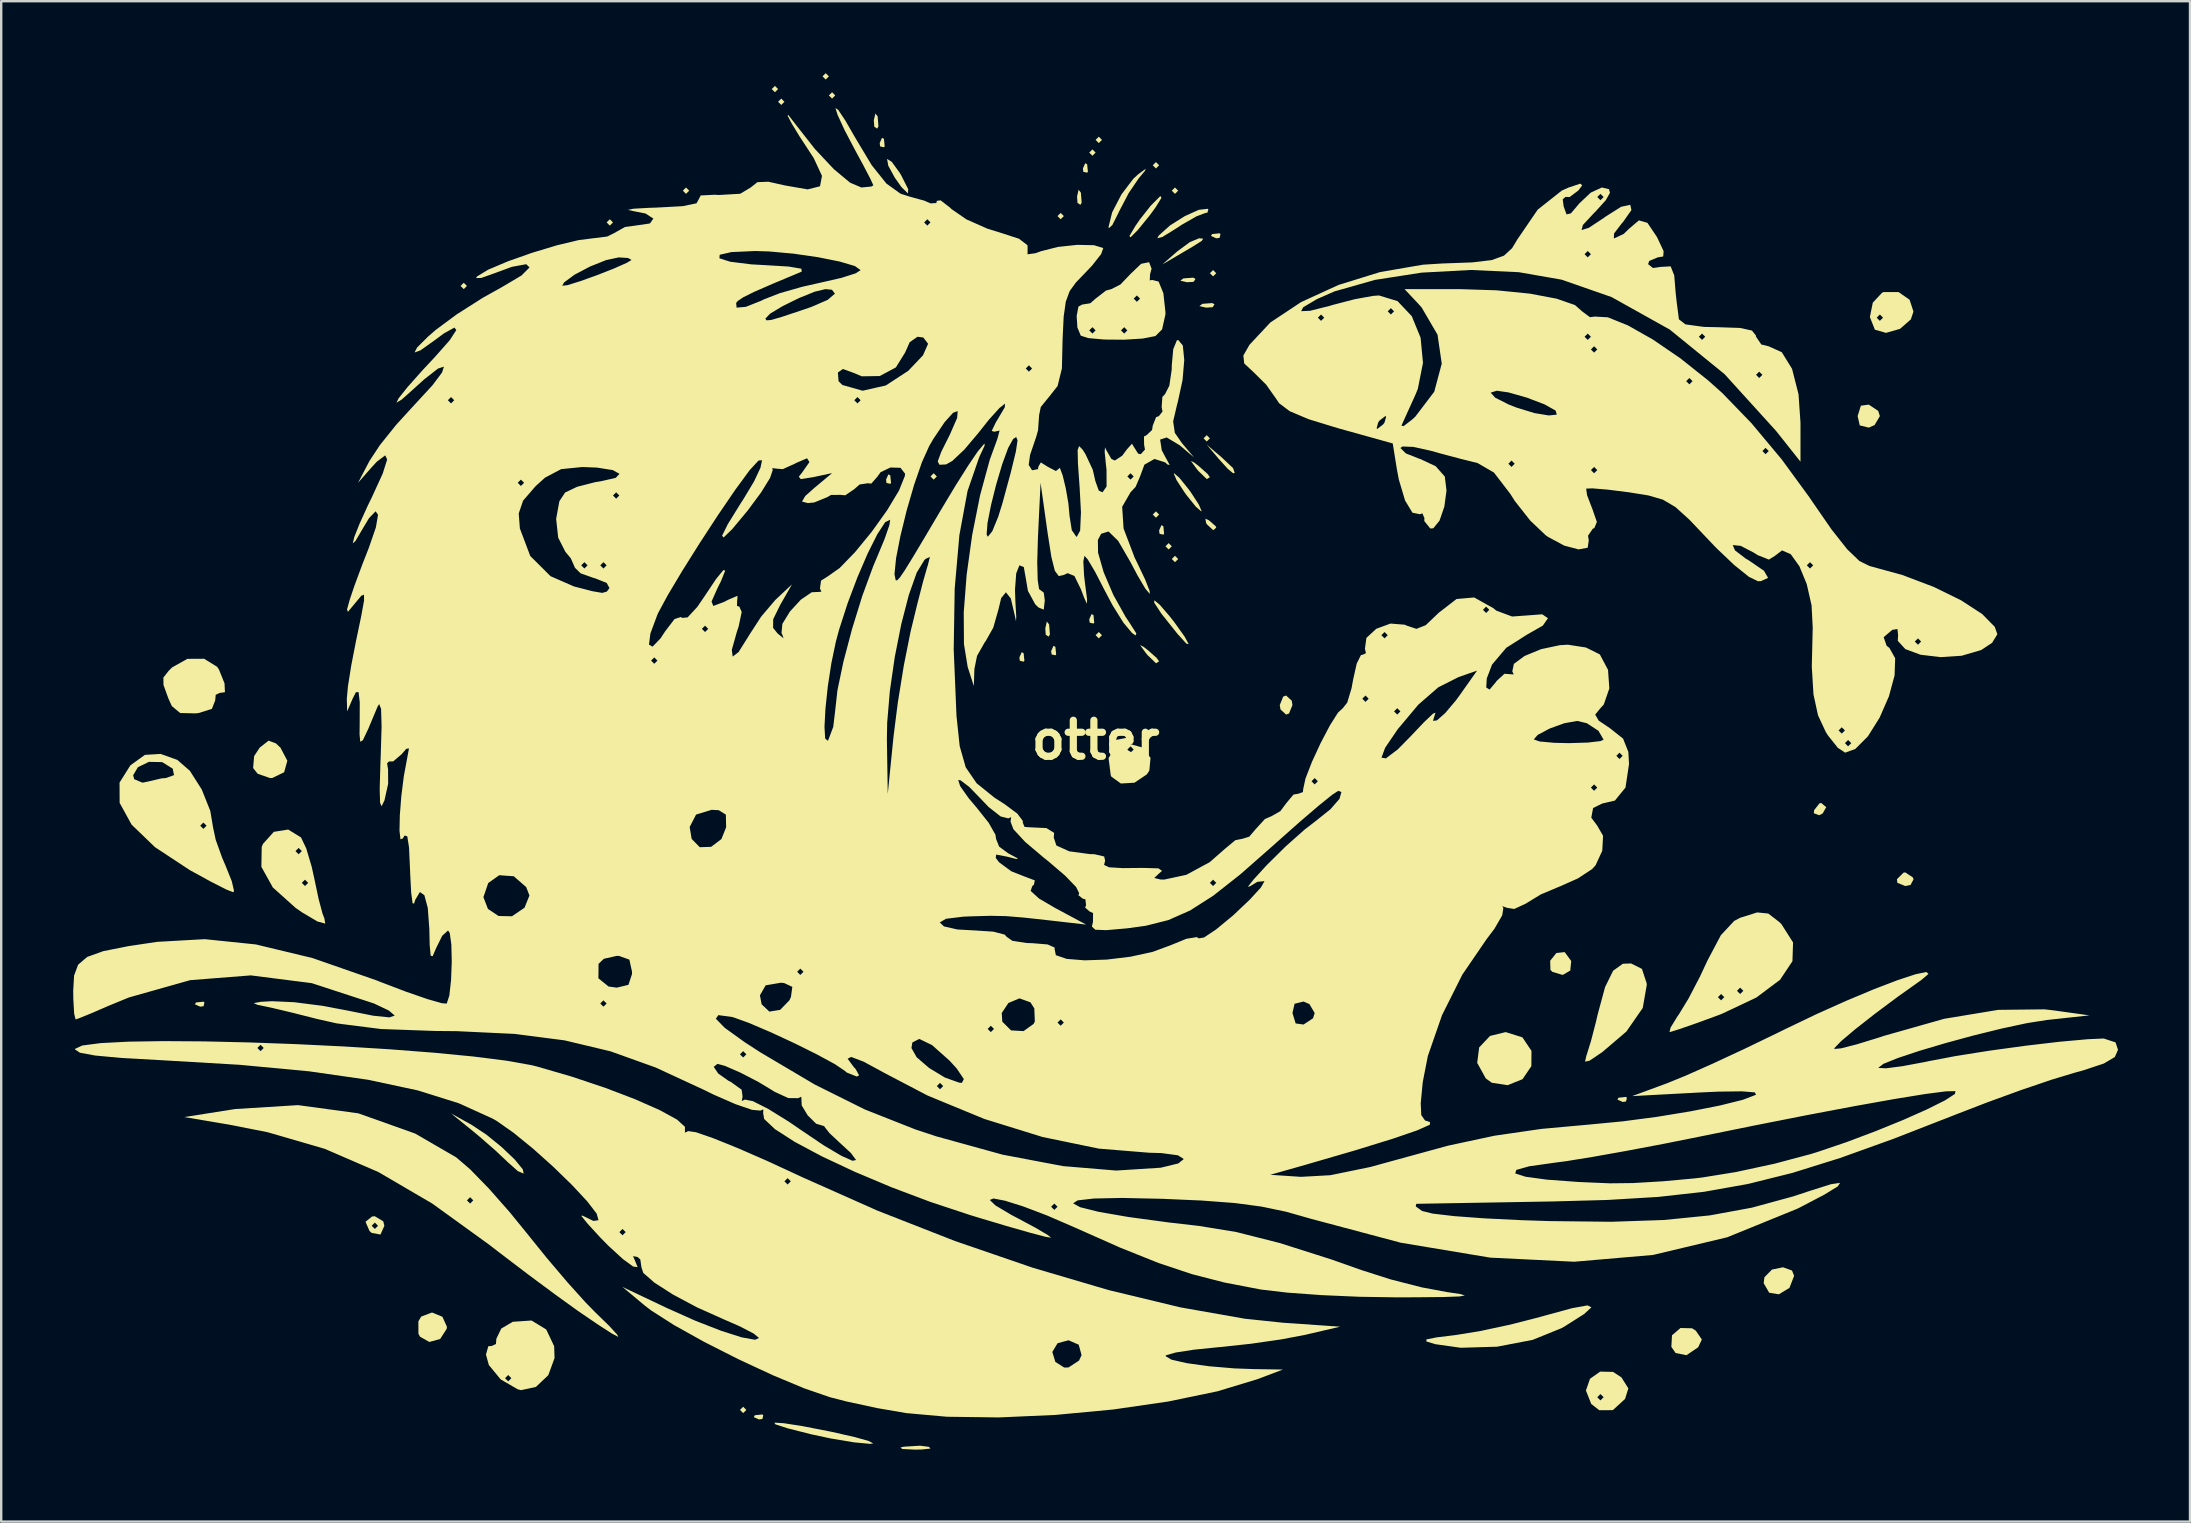
<source format=kicad_pcb>
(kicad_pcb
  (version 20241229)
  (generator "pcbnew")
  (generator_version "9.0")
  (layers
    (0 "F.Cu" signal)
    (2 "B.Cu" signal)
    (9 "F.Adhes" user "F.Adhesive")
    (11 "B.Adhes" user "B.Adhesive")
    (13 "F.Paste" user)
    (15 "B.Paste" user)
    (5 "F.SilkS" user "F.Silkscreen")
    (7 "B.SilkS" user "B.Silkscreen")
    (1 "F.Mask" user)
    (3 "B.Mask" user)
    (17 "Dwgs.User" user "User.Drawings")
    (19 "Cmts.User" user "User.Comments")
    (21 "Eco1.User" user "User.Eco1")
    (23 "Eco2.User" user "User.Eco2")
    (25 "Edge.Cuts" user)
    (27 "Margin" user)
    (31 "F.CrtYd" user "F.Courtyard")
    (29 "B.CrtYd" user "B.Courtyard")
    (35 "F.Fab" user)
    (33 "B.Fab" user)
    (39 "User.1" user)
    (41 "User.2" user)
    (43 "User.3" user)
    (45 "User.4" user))
  (footprint "otter"
    (layer "F.Cu")
    (at 42.598 27.781)
    (property "Reference" "otter" (at 0 0 0) (layer "F.SilkS") (effects (font (size 1.5 1.5) (thickness 0.3))))
    (attr board_only exclude_from_pos_files exclude_from_bom)
    (fp_poly (pts (xy -26.194 -18.918) (xy -26.326 -18.785) (xy -26.458 -18.918) (xy -26.326 -19.05)) (stroke (width 0) (type solid)) (fill yes) (layer "F.SilkS"))
    (fp_poly (pts (xy -20.108 -21.564) (xy -20.241 -21.431) (xy -20.373 -21.564) (xy -20.241 -21.696)) (stroke (width 0) (type solid)) (fill yes) (layer "F.SilkS"))
    (fp_poly (pts (xy -16.933 -22.886) (xy -17.066 -22.754) (xy -17.198 -22.886) (xy -17.066 -23.019)) (stroke (width 0) (type solid)) (fill yes) (layer "F.SilkS"))
    (fp_poly (pts (xy -14.552 27.914) (xy -14.684 28.046) (xy -14.817 27.914) (xy -14.684 27.781)) (stroke (width 0) (type solid)) (fill yes) (layer "F.SilkS"))
    (fp_poly (pts (xy -13.229 -27.12) (xy -13.361 -26.988) (xy -13.494 -27.12) (xy -13.361 -27.252)) (stroke (width 0) (type solid)) (fill yes) (layer "F.SilkS"))
    (fp_poly (pts (xy -12.965 -26.591) (xy -13.097 -26.458) (xy -13.229 -26.591) (xy -13.097 -26.723)) (stroke (width 0) (type solid)) (fill yes) (layer "F.SilkS"))
    (fp_poly (pts (xy -11.113 -27.649) (xy -11.245 -27.517) (xy -11.377 -27.649) (xy -11.245 -27.781)) (stroke (width 0) (type solid)) (fill yes) (layer "F.SilkS"))
    (fp_poly (pts (xy -10.848 -26.855) (xy -10.98 -26.723) (xy -11.113 -26.855) (xy -10.98 -26.988)) (stroke (width 0) (type solid)) (fill yes) (layer "F.SilkS"))
    (fp_poly (pts (xy -6.615 -10.98) (xy -6.747 -10.848) (xy -6.879 -10.98) (xy -6.747 -11.113)) (stroke (width 0) (type solid)) (fill yes) (layer "F.SilkS"))
    (fp_poly (pts (xy -1.323 -21.828) (xy -1.455 -21.696) (xy -1.587 -21.828) (xy -1.455 -21.96)) (stroke (width 0) (type solid)) (fill yes) (layer "F.SilkS"))
    (fp_poly (pts (xy 0 -24.474) (xy -0.132 -24.342) (xy -0.265 -24.474) (xy -0.132 -24.606)) (stroke (width 0) (type solid)) (fill yes) (layer "F.SilkS"))
    (fp_poly (pts (xy 0.265 -25.003) (xy 0.132 -24.871) (xy 0 -25.003) (xy 0.132 -25.135)) (stroke (width 0) (type solid)) (fill yes) (layer "F.SilkS"))
    (fp_poly (pts (xy 0.265 -4.366) (xy 0.132 -4.233) (xy 0 -4.366) (xy 0.132 -4.498)) (stroke (width 0) (type solid)) (fill yes) (layer "F.SilkS"))
    (fp_poly (pts (xy 2.646 -23.945) (xy 2.514 -23.812) (xy 2.381 -23.945) (xy 2.514 -24.077)) (stroke (width 0) (type solid)) (fill yes) (layer "F.SilkS"))
    (fp_poly (pts (xy 2.646 -9.393) (xy 2.514 -9.26) (xy 2.381 -9.393) (xy 2.514 -9.525)) (stroke (width 0) (type solid)) (fill yes) (layer "F.SilkS"))
    (fp_poly (pts (xy 3.175 -8.07) (xy 3.043 -7.938) (xy 2.91 -8.07) (xy 3.043 -8.202)) (stroke (width 0) (type solid)) (fill yes) (layer "F.SilkS"))
    (fp_poly (pts (xy 3.44 -22.886) (xy 3.307 -22.754) (xy 3.175 -22.886) (xy 3.307 -23.019)) (stroke (width 0) (type solid)) (fill yes) (layer "F.SilkS"))
    (fp_poly (pts (xy 3.44 -7.541) (xy 3.307 -7.408) (xy 3.175 -7.541) (xy 3.307 -7.673)) (stroke (width 0) (type solid)) (fill yes) (layer "F.SilkS"))
    (fp_poly (pts (xy 4.762 -12.568) (xy 4.63 -12.435) (xy 4.498 -12.568) (xy 4.63 -12.7)) (stroke (width 0) (type solid)) (fill yes) (layer "F.SilkS"))
    (fp_poly (pts (xy 5.027 -19.447) (xy 4.895 -19.315) (xy 4.762 -19.447) (xy 4.895 -19.579)) (stroke (width 0) (type solid)) (fill yes) (layer "F.SilkS"))
    (fp_poly (pts (xy -37.13 10.936) (xy -37.166 11.093) (xy -37.306 11.112) (xy -37.524 11.016) (xy -37.483 10.936) (xy -37.169 10.904)) (stroke (width 0) (type solid)) (fill yes) (layer "F.SilkS"))
    (fp_poly (pts (xy -13.847 28.134) (xy -13.883 28.291) (xy -14.023 28.31) (xy -14.241 28.214) (xy -14.199 28.134) (xy -13.885 28.102)) (stroke (width 0) (type solid)) (fill yes) (layer "F.SilkS"))
    (fp_poly (pts (xy -9.08 -25.979) (xy -9.048 -25.565) (xy -9.101 -25.472) (xy -9.221 -25.551) (xy -9.24 -25.819) (xy -9.175 -26.101)) (stroke (width 0) (type solid)) (fill yes) (layer "F.SilkS"))
    (fp_poly (pts (xy -8.819 -25.047) (xy -8.788 -24.733) (xy -8.819 -24.694) (xy -8.977 -24.731) (xy -8.996 -24.871) (xy -8.899 -25.089)) (stroke (width 0) (type solid)) (fill yes) (layer "F.SilkS"))
    (fp_poly (pts (xy -8.555 -11.024) (xy -8.523 -10.71) (xy -8.555 -10.672) (xy -8.712 -10.708) (xy -8.731 -10.848) (xy -8.634 -11.066)) (stroke (width 0) (type solid)) (fill yes) (layer "F.SilkS"))
    (fp_poly (pts (xy -2.999 -3.616) (xy -2.967 -3.302) (xy -2.999 -3.263) (xy -3.156 -3.3) (xy -3.175 -3.44) (xy -3.078 -3.657)) (stroke (width 0) (type solid)) (fill yes) (layer "F.SilkS"))
    (fp_poly (pts (xy -1.936 -4.812) (xy -1.904 -4.399) (xy -1.957 -4.305) (xy -2.077 -4.384) (xy -2.096 -4.652) (xy -2.031 -4.935)) (stroke (width 0) (type solid)) (fill yes) (layer "F.SilkS"))
    (fp_poly (pts (xy -1.676 -3.881) (xy -1.644 -3.567) (xy -1.676 -3.528) (xy -1.833 -3.564) (xy -1.852 -3.704) (xy -1.755 -3.922)) (stroke (width 0) (type solid)) (fill yes) (layer "F.SilkS"))
    (fp_poly (pts (xy -0.613 -22.804) (xy -0.581 -22.39) (xy -0.634 -22.297) (xy -0.754 -22.376) (xy -0.773 -22.644) (xy -0.708 -22.926)) (stroke (width 0) (type solid)) (fill yes) (layer "F.SilkS"))
    (fp_poly (pts (xy -0.353 -23.989) (xy -0.321 -23.675) (xy -0.353 -23.636) (xy -0.51 -23.672) (xy -0.529 -23.812) (xy -0.432 -24.03)) (stroke (width 0) (type solid)) (fill yes) (layer "F.SilkS"))
    (fp_poly (pts (xy -0.088 -5.203) (xy -0.057 -4.889) (xy -0.088 -4.851) (xy -0.245 -4.887) (xy -0.265 -5.027) (xy -0.168 -5.245)) (stroke (width 0) (type solid)) (fill yes) (layer "F.SilkS"))
    (fp_poly (pts (xy 2.822 -8.908) (xy 2.854 -8.594) (xy 2.822 -8.555) (xy 2.665 -8.591) (xy 2.646 -8.731) (xy 2.743 -8.949)) (stroke (width 0) (type solid)) (fill yes) (layer "F.SilkS"))
    (fp_poly (pts (xy 4.162 -19.21) (xy 4.083 -19.09) (xy 3.814 -19.071) (xy 3.532 -19.136) (xy 3.655 -19.231) (xy 4.068 -19.262)) (stroke (width 0) (type solid)) (fill yes) (layer "F.SilkS"))
    (fp_poly (pts (xy 4.955 -18.152) (xy 4.877 -18.031) (xy 4.608 -18.013) (xy 4.326 -18.077) (xy 4.448 -18.172) (xy 4.862 -18.204)) (stroke (width 0) (type solid)) (fill yes) (layer "F.SilkS"))
    (fp_poly (pts (xy 5.203 -21.078) (xy 5.167 -20.921) (xy 5.027 -20.902) (xy 4.809 -20.999) (xy 4.851 -21.078) (xy 5.165 -21.11)) (stroke (width 0) (type solid)) (fill yes) (layer "F.SilkS"))
    (fp_poly (pts (xy 22.137 14.905) (xy 22.1 15.062) (xy 21.96 15.081) (xy 21.743 14.984) (xy 21.784 14.905) (xy 22.098 14.873)) (stroke (width 0) (type solid)) (fill yes) (layer "F.SilkS"))
    (fp_poly (pts (xy 4.722 -9.153) (xy 5.003 -8.907) (xy 5.027 -8.848) (xy 4.902 -8.739) (xy 4.64 -8.983) (xy 4.605 -9.037) (xy 4.574 -9.218)) (stroke (width 0) (type solid)) (fill yes) (layer "F.SilkS"))
    (fp_poly (pts (xy 5.226 -11.799) (xy 5.725 -11.33) (xy 5.798 -11.126) (xy 5.73 -11.113) (xy 5.513 -11.291) (xy 5.134 -11.708) (xy 4.63 -12.303)) (stroke (width 0) (type solid)) (fill yes) (layer "F.SilkS"))
    (fp_poly (pts (xy 30.441 2.799) (xy 30.292 3.063) (xy 30.149 3.135) (xy 29.924 3.052) (xy 29.938 2.924) (xy 30.16 2.64) (xy 30.235 2.626)) (stroke (width 0) (type solid)) (fill yes) (layer "F.SilkS"))
    (fp_poly (pts (xy -6.942 29.452) (xy -6.88 29.523) (xy -7.26 29.563) (xy -7.541 29.567) (xy -8.053 29.541) (xy -8.131 29.481) (xy -8.001 29.446) (xy -7.311 29.404)) (stroke (width 0) (type solid)) (fill yes) (layer "F.SilkS"))
    (fp_poly (pts (xy 1.991 -3.886) (xy 2.183 -3.738) (xy 2.549 -3.412) (xy 2.646 -3.275) (xy 2.517 -3.196) (xy 2.165 -3.536) (xy 2.083 -3.638) (xy 1.854 -3.951)) (stroke (width 0) (type solid)) (fill yes) (layer "F.SilkS"))
    (fp_poly (pts (xy 4.108 -11.559) (xy 4.299 -11.411) (xy 4.666 -11.084) (xy 4.762 -10.948) (xy 4.634 -10.869) (xy 4.282 -11.209) (xy 4.2 -11.311) (xy 3.971 -11.624)) (stroke (width 0) (type solid)) (fill yes) (layer "F.SilkS"))
    (fp_poly (pts (xy 4.483 -20.887) (xy 4.424 -20.796) (xy 4.047 -20.557) (xy 3.572 -20.277) (xy 2.778 -19.812) (xy 3.403 -20.357) (xy 3.926 -20.742) (xy 4.307 -20.902)) (stroke (width 0) (type solid)) (fill yes) (layer "F.SilkS"))
    (fp_poly (pts (xy 8.172 -1.638) (xy 8.202 -1.455) (xy 8.059 -1.103) (xy 7.937 -1.058) (xy 7.703 -1.273) (xy 7.673 -1.455) (xy 7.816 -1.807) (xy 7.937 -1.852)) (stroke (width 0) (type solid)) (fill yes) (layer "F.SilkS"))
    (fp_poly (pts (xy 32.607 -13.712) (xy 32.676 -13.494) (xy 32.456 -13.12) (xy 32.213 -13.015) (xy 31.838 -13.107) (xy 31.75 -13.494) (xy 31.884 -13.928) (xy 32.213 -13.973)) (stroke (width 0) (type solid)) (fill yes) (layer "F.SilkS"))
    (fp_poly (pts (xy 34.045 5.723) (xy 34.081 5.801) (xy 33.953 6.042) (xy 33.734 6.085) (xy 33.405 5.951) (xy 33.388 5.801) (xy 33.661 5.528) (xy 33.734 5.517)) (stroke (width 0) (type solid)) (fill yes) (layer "F.SilkS"))
    (fp_poly (pts (xy 19.55 8.845) (xy 19.816 9.209) (xy 19.777 9.607) (xy 19.462 9.79) (xy 19.035 9.663) (xy 18.951 9.579) (xy 18.94 9.198) (xy 19.198 8.876) (xy 19.54 8.839)) (stroke (width 0) (type solid)) (fill yes) (layer "F.SilkS"))
    (fp_poly (pts (xy 24.852 24.512) (xy 25.006 24.609) (xy 25.259 24.979) (xy 25.106 25.303) (xy 24.616 25.634) (xy 24.165 25.541) (xy 23.989 25.287) (xy 24.015 24.803) (xy 24.37 24.5)) (stroke (width 0) (type solid)) (fill yes) (layer "F.SilkS"))
    (fp_poly (pts (xy 29.015 22.105) (xy 29.104 22.325) (xy 28.909 22.829) (xy 28.467 23.096) (xy 28.065 23.03) (xy 27.834 22.631) (xy 27.867 22.384) (xy 28.18 22.066) (xy 28.639 21.97)) (stroke (width 0) (type solid)) (fill yes) (layer "F.SilkS"))
    (fp_poly (pts (xy -27.214 24.033) (xy -27.027 24.449) (xy -27.037 24.536) (xy -27.31 24.958) (xy -27.759 25.081) (xy -28.148 24.864) (xy -28.214 24.74) (xy -28.217 24.223) (xy -28.099 24.024) (xy -27.648 23.854)) (stroke (width 0) (type solid)) (fill yes) (layer "F.SilkS"))
    (fp_poly (pts (xy -8.493 -24.088) (xy -8.167 -23.638) (xy -8.107 -23.54) (xy -7.808 -22.949) (xy -7.817 -22.772) (xy -8.085 -23.031) (xy -8.364 -23.424) (xy -8.639 -23.928) (xy -8.688 -24.208) (xy -8.687 -24.209)) (stroke (width 0) (type solid)) (fill yes) (layer "F.SilkS"))
    (fp_poly (pts (xy -34.15 0.143) (xy -33.963 0.32) (xy -33.676 0.864) (xy -33.809 1.344) (xy -34.302 1.583) (xy -34.396 1.587) (xy -34.912 1.408) (xy -35.102 1.17) (xy -35.06 0.673) (xy -34.829 0.32) (xy -34.459 0.029)) (stroke (width 0) (type solid)) (fill yes) (layer "F.SilkS"))
    (fp_poly (pts (xy 2.676 -5.63) (xy 3.09 -5.149) (xy 3.289 -4.895) (xy 3.707 -4.309) (xy 3.876 -3.996) (xy 3.784 -4.013) (xy 3.416 -4.416) (xy 3.403 -4.432) (xy 2.742 -5.262) (xy 2.441 -5.722) (xy 2.45 -5.821)) (stroke (width 0) (type solid)) (fill yes) (layer "F.SilkS"))
    (fp_poly (pts (xy 2.743 -22.588) (xy 2.504 -22.199) (xy 2.266 -21.873) (xy 1.754 -21.242) (xy 1.455 -20.943) (xy 1.41 -20.996) (xy 1.659 -21.418) (xy 1.846 -21.688) (xy 2.3 -22.264) (xy 2.672 -22.636) (xy 2.706 -22.659)) (stroke (width 0) (type solid)) (fill yes) (layer "F.SilkS"))
    (fp_poly (pts (xy 17.783 12.39) (xy 18.161 12.954) (xy 18.156 13.591) (xy 17.788 14.133) (xy 17.165 14.383) (xy 16.508 14.282) (xy 16.257 14.102) (xy 15.899 13.453) (xy 15.981 12.81) (xy 16.434 12.331) (xy 17.086 12.171)) (stroke (width 0) (type solid)) (fill yes) (layer "F.SilkS"))
    (fp_poly (pts (xy -25.983 16.045) (xy -25.378 16.447) (xy -24.745 16.962) (xy -24.202 17.48) (xy -23.866 17.889) (xy -23.832 18.068) (xy -24.074 17.962) (xy -24.474 17.606) (xy -25.022 17.089) (xy -25.731 16.473) (xy -25.929 16.31) (xy -26.855 15.559)) (stroke (width 0) (type solid)) (fill yes) (layer "F.SilkS"))
    (fp_poly (pts (xy 3.495 -10.919) (xy 3.88 -10.441) (xy 3.969 -10.319) (xy 4.301 -9.808) (xy 4.416 -9.538) (xy 4.402 -9.525) (xy 4.177 -9.719) (xy 3.793 -10.196) (xy 3.704 -10.319) (xy 3.372 -10.829) (xy 3.257 -11.1) (xy 3.271 -11.113)) (stroke (width 0) (type solid)) (fill yes) (layer "F.SilkS"))
    (fp_poly (pts (xy 2.051 -23.707) (xy 1.798 -23.403) (xy 1.381 -22.79) (xy 0.976 -22.016) (xy 0.948 -21.953) (xy 0.697 -21.455) (xy 0.553 -21.324) (xy 0.54 -21.378) (xy 0.689 -21.983) (xy 1.077 -22.73) (xy 1.57 -23.381) (xy 1.768 -23.563) (xy 2.089 -23.8)) (stroke (width 0) (type solid)) (fill yes) (layer "F.SilkS"))
    (fp_poly (pts (xy 4.699 -22.112) (xy 4.657 -21.968) (xy 4.579 -21.96) (xy 4.212 -21.822) (xy 3.599 -21.472) (xy 3.285 -21.267) (xy 2.774 -20.954) (xy 2.57 -20.903) (xy 2.634 -21.02) (xy 3.1 -21.438) (xy 3.714 -21.825) (xy 4.297 -22.088) (xy 4.671 -22.131)) (stroke (width 0) (type solid)) (fill yes) (layer "F.SilkS"))
    (fp_poly (pts (xy -12.991 28.467) (xy -12.202 28.59) (xy -11.048 28.816) (xy -10.969 28.832) (xy -10.041 29.043) (xy -9.45 29.209) (xy -9.266 29.308) (xy -9.393 29.327) (xy -10.075 29.263) (xy -11.037 29.102) (xy -11.861 28.926) (xy -12.849 28.674) (xy -13.345 28.512) (xy -13.382 28.442)) (stroke (width 0) (type solid)) (fill yes) (layer "F.SilkS"))
    (fp_poly (pts (xy -29.679 20.056) (xy -29.633 20.241) (xy -29.795 20.605) (xy -30.16 20.539) (xy -30.251 20.461) (xy -30.347 20.241) (xy -30.163 20.241) (xy -30.03 20.373) (xy -29.898 20.241) (xy -30.03 20.108) (xy -30.163 20.241) (xy -30.347 20.241) (xy -30.419 20.074) (xy -30.144 19.853) (xy -30.03 19.844)) (stroke (width 0) (type solid)) (fill yes) (layer "F.SilkS"))
    (fp_poly (pts (xy 21.562 26.329) (xy 21.91 26.559) (xy 22.197 27.016) (xy 22.06 27.455) (xy 21.549 27.923) (xy 20.983 27.924) (xy 20.65 27.664) (xy 20.54 27.384) (xy 20.902 27.384) (xy 21.034 27.517) (xy 21.167 27.384) (xy 21.034 27.252) (xy 20.902 27.384) (xy 20.54 27.384) (xy 20.429 27.104) (xy 20.599 26.615) (xy 21.022 26.317)) (stroke (width 0) (type solid)) (fill yes) (layer "F.SilkS"))
    (fp_poly (pts (xy 22.763 9.537) (xy 22.958 10.129) (xy 22.965 10.201) (xy 22.797 11.165) (xy 22.115 12.148) (xy 21.107 13.007) (xy 20.584 13.36) (xy 20.394 13.403) (xy 20.448 13.152) (xy 20.466 13.104) (xy 20.64 12.544) (xy 20.85 11.733) (xy 20.92 11.431) (xy 21.228 10.294) (xy 21.562 9.615) (xy 21.968 9.323) (xy 22.309 9.311)) (stroke (width 0) (type solid)) (fill yes) (layer "F.SilkS"))
    (fp_poly (pts (xy 20.659 23.638) (xy 20.351 23.92) (xy 19.577 24.411) (xy 19.423 24.502) (xy 18.208 24.995) (xy 16.728 25.279) (xy 15.212 25.323) (xy 14.155 25.174) (xy 13.782 25.061) (xy 13.785 24.975) (xy 14.217 24.889) (xy 14.949 24.8) (xy 15.994 24.633) (xy 17.284 24.357) (xy 18.562 24.028) (xy 18.715 23.984) (xy 19.848 23.675) (xy 20.494 23.558)) (stroke (width 0) (type solid)) (fill yes) (layer "F.SilkS"))
    (fp_poly (pts (xy 33.454 -18.662) (xy 33.914 -18.343) (xy 34.076 -17.85) (xy 33.967 -17.524) (xy 33.515 -17.129) (xy 32.932 -16.962) (xy 32.471 -17.094) (xy 32.467 -17.099) (xy 32.27 -17.595) (xy 32.544 -17.595) (xy 32.676 -17.463) (xy 32.808 -17.595) (xy 32.676 -17.727) (xy 32.544 -17.595) (xy 32.27 -17.595) (xy 32.26 -17.621) (xy 32.382 -18.223) (xy 32.77 -18.636) (xy 32.838 -18.662)) (stroke (width 0) (type solid)) (fill yes) (layer "F.SilkS"))
    (fp_poly (pts (xy -36.6 -3.048) (xy -36.522 -2.928) (xy -36.293 -2.359) (xy -36.276 -1.991) (xy -36.477 -1.962) (xy -36.483 -1.966) (xy -36.661 -1.882) (xy -36.681 -1.651) (xy -36.82 -1.296) (xy -37.37 -1.123) (xy -37.505 -1.108) (xy -38.142 -1.123) (xy -38.489 -1.413) (xy -38.629 -1.72) (xy -38.836 -2.292) (xy -38.841 -2.601) (xy -38.619 -2.883) (xy -38.478 -3.024) (xy -37.841 -3.38) (xy -37.144 -3.384)) (stroke (width 0) (type solid)) (fill yes) (layer "F.SilkS"))
    (fp_poly (pts (xy -22.889 24.562) (xy -22.559 25.259) (xy -22.543 25.753) (xy -22.803 26.465) (xy -23.32 26.955) (xy -23.937 27.089) (xy -24.077 27.055) (xy -24.79 26.639) (xy -24.829 26.591) (xy -24.606 26.591) (xy -24.474 26.723) (xy -24.342 26.591) (xy -24.474 26.458) (xy -24.606 26.591) (xy -24.829 26.591) (xy -25.28 26.043) (xy -25.4 25.608) (xy -25.303 25.26) (xy -25.165 25.249) (xy -24.985 25.168) (xy -24.967 24.947) (xy -24.762 24.522) (xy -24.284 24.241) (xy -23.502 24.188)) (stroke (width 0) (type solid)) (fill yes) (layer "F.SilkS"))
    (fp_poly (pts (xy 1.941 0.31) (xy 2.288 0.742) (xy 2.239 1.277) (xy 2.135 1.433) (xy 1.62 1.78) (xy 1.054 1.814) (xy 0.658 1.53) (xy 0.631 1.471) (xy 0.541 0.758) (xy 0.598 0.661) (xy 0.794 0.661) (xy 0.926 0.794) (xy 1.058 0.661) (xy 0.926 0.529) (xy 0.794 0.661) (xy 0.598 0.661) (xy 0.755 0.397) (xy 1.323 0.397) (xy 1.455 0.529) (xy 1.587 0.397) (xy 1.455 0.265) (xy 1.323 0.397) (xy 0.755 0.397) (xy 0.83 0.272) (xy 1.298 0.132)) (stroke (width 0) (type solid)) (fill yes) (layer "F.SilkS"))
    (fp_poly (pts (xy -33.106 4.061) (xy -32.889 4.515) (xy -32.661 5.283) (xy -32.547 5.801) (xy -32.372 6.628) (xy -32.209 7.239) (xy -32.134 7.429) (xy -32.097 7.65) (xy -32.424 7.562) (xy -33.061 7.184) (xy -33.33 6.998) (xy -34.279 6.147) (xy -34.387 5.953) (xy -33.073 5.953) (xy -32.941 6.085) (xy -32.808 5.953) (xy -32.941 5.821) (xy -33.073 5.953) (xy -34.387 5.953) (xy -34.758 5.286) (xy -34.747 4.63) (xy -33.338 4.63) (xy -33.205 4.762) (xy -33.073 4.63) (xy -33.205 4.498) (xy -33.338 4.63) (xy -34.747 4.63) (xy -34.744 4.46) (xy -34.693 4.331) (xy -34.239 3.827) (xy -33.64 3.732)) (stroke (width 0) (type solid)) (fill yes) (layer "F.SilkS"))
    (fp_poly (pts (xy -30.717 15.556) (xy -28.352 16.398) (xy -26.639 17.391) (xy -26.059 17.889) (xy -25.278 18.691) (xy -24.409 19.677) (xy -23.75 20.487) (xy -22.876 21.57) (xy -21.998 22.604) (xy -21.233 23.453) (xy -20.813 23.879) (xy -20.258 24.42) (xy -19.93 24.78) (xy -19.888 24.871) (xy -20.154 24.73) (xy -20.731 24.359) (xy -21.501 23.834) (xy -21.586 23.775) (xy -22.52 23.102) (xy -23.672 22.247) (xy -24.842 21.357) (xy -25.268 21.028) (xy -27.637 19.316) (xy -27.866 19.182) (xy -26.194 19.182) (xy -26.061 19.315) (xy -25.929 19.182) (xy -26.061 19.05) (xy -26.194 19.182) (xy -27.866 19.182) (xy -29.877 18.005) (xy -32.119 17.035) (xy -34.491 16.345) (xy -35.983 16.049) (xy -37.968 15.711) (xy -35.851 15.377) (xy -33.23 15.214)) (stroke (width 0) (type solid)) (fill yes) (layer "F.SilkS"))
    (fp_poly (pts (xy 28.025 7.231) (xy 28.48 7.58) (xy 28.575 7.673) (xy 29.059 8.435) (xy 29.034 9.217) (xy 28.518 9.991) (xy 27.529 10.732) (xy 26.086 11.413) (xy 25.905 11.482) (xy 24.994 11.814) (xy 24.291 12.058) (xy 23.929 12.169) (xy 23.912 12.171) (xy 23.955 11.985) (xy 24.236 11.527) (xy 24.303 11.431) (xy 24.701 10.778) (xy 24.734 10.716) (xy 25.929 10.716) (xy 26.061 10.848) (xy 26.194 10.716) (xy 26.061 10.583) (xy 25.929 10.716) (xy 24.734 10.716) (xy 24.872 10.451) (xy 26.723 10.451) (xy 26.855 10.583) (xy 26.988 10.451) (xy 26.855 10.319) (xy 26.723 10.451) (xy 24.872 10.451) (xy 25.176 9.868) (xy 25.498 9.181) (xy 26.053 8.132) (xy 26.606 7.54) (xy 26.858 7.407) (xy 27.563 7.185)) (stroke (width 0) (type solid)) (fill yes) (layer "F.SilkS"))
    (fp_poly (pts (xy -38.259 0.83) (xy -37.736 1.286) (xy -37.242 2.063) (xy -36.886 2.956) (xy -36.771 3.643) (xy -36.662 4.154) (xy -36.394 4.902) (xy -36.255 5.226) (xy -35.992 5.881) (xy -35.898 6.284) (xy -35.93 6.346) (xy -36.237 6.222) (xy -36.868 5.9) (xy -37.692 5.448) (xy -37.749 5.416) (xy -39.19 4.467) (xy -40.119 3.572) (xy -37.306 3.572) (xy -37.174 3.704) (xy -37.042 3.572) (xy -37.174 3.44) (xy -37.306 3.572) (xy -40.119 3.572) (xy -40.165 3.528) (xy -40.663 2.622) (xy -40.667 1.775) (xy -40.476 1.471) (xy -40.101 1.471) (xy -40.055 1.636) (xy -39.711 1.779) (xy -39.507 1.738) (xy -38.912 1.599) (xy -38.74 1.587) (xy -38.397 1.464) (xy -38.452 1.195) (xy -38.866 0.936) (xy -38.906 0.922) (xy -39.443 0.912) (xy -39.902 1.133) (xy -40.101 1.471) (xy -40.476 1.471) (xy -40.217 1.058) (xy -39.611 0.621) (xy -38.958 0.581)) (stroke (width 0) (type solid)) (fill yes) (layer "F.SilkS"))
    (fp_poly (pts (xy 2.332 -19.637) (xy 2.27 -19.406) (xy 2.256 -19.149) (xy 2.357 -19.167) (xy 2.625 -19.1) (xy 2.824 -18.615) (xy 2.91 -17.824) (xy 2.91 -17.734) (xy 2.77 -17.107) (xy 2.492 -16.829) (xy 1.959 -16.725) (xy 1.183 -16.677) (xy 0.361 -16.684) (xy -0.309 -16.745) (xy -0.617 -16.845) (xy -0.709 -17.066) (xy -0.265 -17.066) (xy -0.132 -16.933) (xy 0 -17.066) (xy 1.058 -17.066) (xy 1.191 -16.933) (xy 1.323 -17.066) (xy 1.191 -17.198) (xy 1.058 -17.066) (xy 0 -17.066) (xy -0.132 -17.198) (xy -0.265 -17.066) (xy -0.709 -17.066) (xy -0.759 -17.188) (xy -0.789 -17.666) (xy -0.716 -18.056) (xy -0.559 -18.142) (xy -0.222 -18.195) (xy -0.001 -18.389) (xy 1.587 -18.389) (xy 1.72 -18.256) (xy 1.852 -18.389) (xy 1.72 -18.521) (xy 1.587 -18.389) (xy -0.001 -18.389) (xy 0.002 -18.391) (xy 0.433 -18.725) (xy 0.657 -18.785) (xy 1.036 -18.979) (xy 1.469 -19.431) (xy 1.898 -19.84) (xy 2.228 -19.907)) (stroke (width 0) (type solid)) (fill yes) (layer "F.SilkS"))
    (fp_poly (pts (xy -37.152 12.558) (xy -35.285 12.601) (xy -33.322 12.672) (xy -31.332 12.769) (xy -29.39 12.889) (xy -27.565 13.03) (xy -25.93 13.188) (xy -24.557 13.361) (xy -23.517 13.546) (xy -23.283 13.603) (xy -21.83 14.025) (xy -20.436 14.492) (xy -19.184 14.97) (xy -18.158 15.423) (xy -17.439 15.817) (xy -17.11 16.117) (xy -17.11 16.212) (xy -17.11 16.359) (xy -16.973 16.296) (xy -16.647 16.345) (xy -15.927 16.594) (xy -14.893 17.012) (xy -13.626 17.566) (xy -12.236 18.21) (xy -9.099 19.606) (xy -5.859 20.876) (xy -2.612 21.991) (xy 0.547 22.921) (xy 3.522 23.638) (xy 6.214 24.113) (xy 7.805 24.28) (xy 10.186 24.445) (xy 8.731 24.785) (xy 7.732 24.975) (xy 6.464 25.157) (xy 5.19 25.294) (xy 5.093 25.302) (xy 4.094 25.404) (xy 3.336 25.521) (xy 2.94 25.634) (xy 2.91 25.668) (xy 3.154 25.817) (xy 3.799 25.965) (xy 4.718 26.093) (xy 5.786 26.183) (xy 6.585 26.212) (xy 7.805 26.231) (xy 6.747 26.631) (xy 5.078 27.137) (xy 3.025 27.563) (xy 0.729 27.896) (xy -1.668 28.121) (xy -4.025 28.226) (xy -6.202 28.197) (xy -7.886 28.046) (xy -9.101 27.837) (xy -10.391 27.558) (xy -11.061 27.386) (xy -12.135 27.016) (xy -13.461 26.462) (xy -14.9 25.792) (xy -15.479 25.499) (xy -1.804 25.499) (xy -1.677 25.913) (xy -1.306 26.148) (xy -1.128 26.144) (xy -0.69 25.857) (xy -0.585 25.629) (xy -0.704 25.195) (xy -1.127 25.011) (xy -1.584 25.133) (xy -1.804 25.499) (xy -15.479 25.499) (xy -16.315 25.075) (xy -17.567 24.377) (xy -18.517 23.769) (xy -18.785 23.564) (xy -19.711 22.79) (xy -17.859 23.669) (xy -16.673 24.199) (xy -15.603 24.616) (xy -14.744 24.89) (xy -14.188 24.99) (xy -14.023 24.916) (xy -14.248 24.73) (xy -14.831 24.428) (xy -15.482 24.144) (xy -16.605 23.641) (xy -17.603 23.11) (xy -18.381 22.611) (xy -18.847 22.204) (xy -18.923 21.969) (xy -18.97 21.643) (xy -19.087 21.541) (xy -19.272 21.505) (xy -19.208 21.655) (xy -19.082 21.963) (xy -19.267 21.94) (xy -19.695 21.628) (xy -20.303 21.07) (xy -20.649 20.717) (xy -20.843 20.505) (xy -19.844 20.505) (xy -19.711 20.637) (xy -19.579 20.505) (xy -19.711 20.373) (xy -19.844 20.505) (xy -20.843 20.505) (xy -21.17 20.149) (xy -21.429 19.828) (xy -21.375 19.817) (xy -21.359 19.829) (xy -20.921 20.04) (xy -20.712 20.007) (xy -20.786 19.737) (xy -21.184 19.22) (xy -21.818 18.539) (xy -21.972 18.389) (xy -12.965 18.389) (xy -12.832 18.521) (xy -12.7 18.389) (xy -12.832 18.256) (xy -12.965 18.389) (xy -21.972 18.389) (xy -22.6 17.779) (xy -23.442 17.025) (xy -24.257 16.361) (xy -24.956 15.871) (xy -25.114 15.78) (xy -26.533 15.136) (xy -28.252 14.598) (xy -30.316 14.157) (xy -32.77 13.805) (xy -35.66 13.534) (xy -38.973 13.339) (xy -40.574 13.25) (xy -41.679 13.148) (xy -42.319 13.03) (xy -42.526 12.891) (xy -42.522 12.871) (xy -42.439 12.832) (xy -34.925 12.832) (xy -34.793 12.965) (xy -34.66 12.832) (xy -34.793 12.7) (xy -34.925 12.832) (xy -42.439 12.832) (xy -42.216 12.729) (xy -41.454 12.63) (xy -40.308 12.57) (xy -38.851 12.547)) (stroke (width 0) (type solid)) (fill yes) (layer "F.SilkS"))
    (fp_poly (pts (xy 20.274 -23.11) (xy 20.118 -22.898) (xy 19.754 -22.624) (xy 19.574 -22.625) (xy 19.462 -22.525) (xy 19.502 -22.228) (xy 19.622 -21.898) (xy 19.804 -21.942) (xy 20.158 -22.36) (xy 20.436 -22.622) (xy 20.902 -22.622) (xy 21.034 -22.49) (xy 21.167 -22.622) (xy 21.034 -22.754) (xy 20.902 -22.622) (xy 20.436 -22.622) (xy 20.631 -22.806) (xy 21.092 -23.019) (xy 21.39 -22.949) (xy 21.431 -22.8) (xy 21.256 -22.488) (xy 20.828 -22.016) (xy 20.771 -21.961) (xy 20.304 -21.458) (xy 20.246 -21.246) (xy 20.552 -21.34) (xy 21.18 -21.755) (xy 21.239 -21.8) (xy 21.895 -22.215) (xy 22.277 -22.299) (xy 22.324 -22.077) (xy 21.973 -21.578) (xy 21.917 -21.517) (xy 21.601 -21.103) (xy 21.593 -20.905) (xy 21.617 -20.902) (xy 22.003 -21.085) (xy 22.225 -21.299) (xy 22.635 -21.648) (xy 22.991 -21.547) (xy 23.382 -20.966) (xy 23.416 -20.902) (xy 23.666 -20.365) (xy 23.65 -20.146) (xy 23.422 -20.108) (xy 23.066 -19.958) (xy 23.019 -19.826) (xy 23.225 -19.664) (xy 23.548 -19.711) (xy 23.96 -19.733) (xy 24.109 -19.356) (xy 24.116 -19.266) (xy 24.171 -18.598) (xy 24.209 -18.256) (xy 24.285 -17.671) (xy 24.302 -17.529) (xy 24.575 -17.316) (xy 25.342 -17.211) (xy 25.929 -17.198) (xy 26.851 -17.167) (xy 27.346 -17.059) (xy 27.514 -16.849) (xy 27.517 -16.801) (xy 27.737 -16.478) (xy 28.039 -16.404) (xy 28.59 -16.156) (xy 29.017 -15.465) (xy 29.287 -14.406) (xy 29.369 -13.219) (xy 29.369 -11.594) (xy 28.353 -12.875) (xy 26.231 -15.214) (xy 27.517 -15.214) (xy 27.649 -15.081) (xy 27.781 -15.214) (xy 27.649 -15.346) (xy 27.517 -15.214) (xy 26.231 -15.214) (xy 26.206 -15.241) (xy 24.289 -16.801) (xy 25.135 -16.801) (xy 25.268 -16.669) (xy 25.4 -16.801) (xy 25.268 -16.933) (xy 25.135 -16.801) (xy 24.289 -16.801) (xy 23.92 -17.101) (xy 21.499 -18.453) (xy 19.412 -19.18) (xy 17.632 -19.49) (xy 15.636 -19.583) (xy 13.584 -19.472) (xy 11.636 -19.169) (xy 9.949 -18.689) (xy 9.222 -18.369) (xy 8.651 -18.03) (xy 8.562 -17.866) (xy 8.935 -17.882) (xy 9.752 -18.087) (xy 9.91 -18.134) (xy 10.79 -18.363) (xy 11.553 -18.502) (xy 11.806 -18.521) (xy 12.58 -18.285) (xy 13.173 -17.658) (xy 13.541 -16.76) (xy 13.64 -15.711) (xy 13.426 -14.63) (xy 13.327 -14.387) (xy 13.009 -13.687) (xy 12.782 -13.183) (xy 12.744 -13.097) (xy 12.831 -13.076) (xy 13.194 -13.355) (xy 13.317 -13.467) (xy 14.081 -14.472) (xy 16.461 -14.472) (xy 16.647 -14.263) (xy 17.22 -13.973) (xy 17.548 -13.845) (xy 18.285 -13.62) (xy 18.882 -13.521) (xy 19.214 -13.555) (xy 19.169 -13.722) (xy 18.704 -13.984) (xy 17.967 -14.264) (xy 17.204 -14.481) (xy 16.717 -14.552) (xy 16.461 -14.472) (xy 14.081 -14.472) (xy 14.111 -14.512) (xy 14.227 -14.949) (xy 24.606 -14.949) (xy 24.739 -14.817) (xy 24.871 -14.949) (xy 24.739 -15.081) (xy 24.606 -14.949) (xy 14.227 -14.949) (xy 14.422 -15.683) (xy 14.336 -16.272) (xy 20.637 -16.272) (xy 20.77 -16.14) (xy 20.902 -16.272) (xy 20.77 -16.404) (xy 20.637 -16.272) (xy 14.336 -16.272) (xy 14.259 -16.801) (xy 20.373 -16.801) (xy 20.505 -16.669) (xy 20.637 -16.801) (xy 20.505 -16.933) (xy 20.373 -16.801) (xy 14.259 -16.801) (xy 14.247 -16.885) (xy 13.584 -18.02) (xy 13.442 -18.179) (xy 12.872 -18.785) (xy 15.154 -18.785) (xy 16.709 -18.735) (xy 18.091 -18.597) (xy 19.21 -18.386) (xy 19.974 -18.12) (xy 20.281 -17.85) (xy 20.599 -17.615) (xy 20.795 -17.641) (xy 21.341 -17.611) (xy 22.179 -17.273) (xy 23.217 -16.686) (xy 24.363 -15.903) (xy 25.523 -14.98) (xy 26.112 -14.454) (xy 27.326 -13.199) (xy 28.594 -11.681) (xy 29.739 -10.113) (xy 29.802 -10.018) (xy 30.657 -8.78) (xy 31.314 -7.947) (xy 31.824 -7.457) (xy 32.242 -7.25) (xy 33.611 -6.874) (xy 34.915 -6.38) (xy 36.056 -5.821) (xy 36.938 -5.248) (xy 37.464 -4.713) (xy 37.571 -4.406) (xy 37.354 -4.049) (xy 36.897 -3.747) (xy 36.081 -3.509) (xy 35.196 -3.452) (xy 34.371 -3.552) (xy 33.736 -3.787) (xy 33.45 -4.101) (xy 34.131 -4.101) (xy 34.264 -3.969) (xy 34.396 -4.101) (xy 34.264 -4.233) (xy 34.131 -4.101) (xy 33.45 -4.101) (xy 33.422 -4.132) (xy 33.436 -4.372) (xy 33.408 -4.623) (xy 33.192 -4.588) (xy 32.834 -4.283) (xy 32.96 -3.921) (xy 33.073 -3.836) (xy 33.314 -3.406) (xy 33.289 -2.689) (xy 33.054 -1.82) (xy 32.666 -0.931) (xy 32.18 -0.155) (xy 31.654 0.374) (xy 31.228 0.529) (xy 30.921 0.323) (xy 30.77 0.132) (xy 31.221 0.132) (xy 31.353 0.265) (xy 31.485 0.132) (xy 31.353 0) (xy 31.221 0.132) (xy 30.77 0.132) (xy 30.516 -0.186) (xy 30.424 -0.331) (xy 30.393 -0.397) (xy 30.956 -0.397) (xy 31.089 -0.265) (xy 31.221 -0.397) (xy 31.089 -0.529) (xy 30.956 -0.397) (xy 30.393 -0.397) (xy 30.099 -1.029) (xy 29.91 -1.9) (xy 29.84 -3.057) (xy 29.877 -4.618) (xy 29.879 -4.664) (xy 29.831 -5.607) (xy 29.629 -6.497) (xy 29.323 -7.24) (xy 29.297 -7.276) (xy 29.633 -7.276) (xy 29.766 -7.144) (xy 29.898 -7.276) (xy 29.766 -7.408) (xy 29.633 -7.276) (xy 29.297 -7.276) (xy 28.963 -7.74) (xy 28.599 -7.899) (xy 28.314 -7.679) (xy 28.054 -7.516) (xy 27.591 -7.699) (xy 27.409 -7.813) (xy 26.88 -8.087) (xy 26.555 -8.121) (xy 26.547 -8.114) (xy 26.643 -7.896) (xy 27.083 -7.561) (xy 27.215 -7.483) (xy 27.847 -7.051) (xy 28.019 -6.753) (xy 27.718 -6.619) (xy 27.593 -6.615) (xy 27.218 -6.799) (xy 26.605 -7.292) (xy 25.859 -8.002) (xy 25.53 -8.347) (xy 24.741 -9.178) (xy 24.16 -9.704) (xy 23.638 -10.012) (xy 23.031 -10.189) (xy 22.223 -10.319) (xy 21.341 -10.43) (xy 20.697 -10.484) (xy 20.439 -10.473) (xy 20.476 -10.201) (xy 20.683 -9.662) (xy 20.691 -9.646) (xy 20.885 -9.084) (xy 20.78 -8.829) (xy 20.715 -8.801) (xy 20.517 -8.511) (xy 20.548 -8.317) (xy 20.503 -8.01) (xy 20.121 -7.941) (xy 19.528 -8.097) (xy 18.85 -8.461) (xy 18.749 -8.533) (xy 18.11 -9.14) (xy 17.47 -9.952) (xy 17.278 -10.254) (xy 16.598 -11.141) (xy 16.419 -11.245) (xy 20.637 -11.245) (xy 20.77 -11.113) (xy 20.902 -11.245) (xy 20.77 -11.377) (xy 20.637 -11.245) (xy 16.419 -11.245) (xy 15.965 -11.509) (xy 17.198 -11.509) (xy 17.33 -11.377) (xy 17.462 -11.509) (xy 17.33 -11.642) (xy 17.198 -11.509) (xy 15.965 -11.509) (xy 15.915 -11.538) (xy 15.231 -11.708) (xy 14.329 -11.948) (xy 14.005 -12.039) (xy 27.781 -12.039) (xy 27.914 -11.906) (xy 28.046 -12.039) (xy 27.914 -12.171) (xy 27.781 -12.039) (xy 14.005 -12.039) (xy 13.957 -12.052) (xy 13.239 -12.211) (xy 12.784 -12.228) (xy 12.7 -12.164) (xy 12.927 -11.939) (xy 13.48 -11.72) (xy 13.533 -11.705) (xy 14.171 -11.404) (xy 14.547 -10.978) (xy 14.55 -10.97) (xy 14.62 -10.392) (xy 14.53 -9.721) (xy 14.329 -9.137) (xy 14.07 -8.82) (xy 13.945 -8.812) (xy 13.695 -9.121) (xy 13.699 -9.247) (xy 13.617 -9.442) (xy 13.514 -9.405) (xy 13.201 -9.469) (xy 12.894 -9.978) (xy 12.634 -10.85) (xy 12.549 -11.303) (xy 12.381 -12.354) (xy 10.128 -12.982) (xy 11.707 -12.982) (xy 11.743 -12.965) (xy 11.984 -13.151) (xy 12.039 -13.229) (xy 12.106 -13.477) (xy 12.07 -13.494) (xy 11.828 -13.307) (xy 11.774 -13.229) (xy 11.707 -12.982) (xy 10.128 -12.982) (xy 10.098 -12.99) (xy 8.876 -13.365) (xy 8.088 -13.698) (xy 7.646 -14.031) (xy 7.53 -14.204) (xy 7.107 -14.804) (xy 6.612 -15.295) (xy 6.192 -15.688) (xy 6.156 -16.019) (xy 6.411 -16.465) (xy 7.279 -17.393) (xy 7.582 -17.595) (xy 9.26 -17.595) (xy 9.393 -17.463) (xy 9.525 -17.595) (xy 9.393 -17.727) (xy 9.26 -17.595) (xy 7.582 -17.595) (xy 7.981 -17.859) (xy 12.171 -17.859) (xy 12.303 -17.727) (xy 12.435 -17.859) (xy 12.303 -17.992) (xy 12.171 -17.859) (xy 7.981 -17.859) (xy 8.555 -18.241) (xy 10.121 -18.959) (xy 11.856 -19.496) (xy 13.643 -19.803) (xy 14.467 -19.854) (xy 15.689 -19.898) (xy 16.5 -19.994) (xy 17.015 -20.179) (xy 17.082 -20.241) (xy 20.373 -20.241) (xy 20.505 -20.108) (xy 20.637 -20.241) (xy 20.505 -20.373) (xy 20.373 -20.241) (xy 17.082 -20.241) (xy 17.352 -20.49) (xy 17.572 -20.855) (xy 18.421 -22.097) (xy 19.423 -22.89) (xy 19.707 -23.017) (xy 20.195 -23.18)) (stroke (width 0) (type solid)) (fill yes) (layer "F.SilkS"))
    (fp_poly (pts (xy -10.726 -26.256) (xy -10.431 -25.815) (xy -10.039 -25.135) (xy -9.329 -23.949) (xy -8.717 -23.184) (xy -8.129 -22.761) (xy -7.726 -22.632) (xy -7.14 -22.472) (xy -6.878 -22.357) (xy -6.635 -22.372) (xy -6.615 -22.462) (xy -6.458 -22.484) (xy -6.073 -22.187) (xy -6.002 -22.118) (xy -5.382 -21.69) (xy -4.502 -21.301) (xy -4.043 -21.16) (xy -3.195 -20.886) (xy -2.837 -20.613) (xy -2.833 -20.457) (xy -2.836 -20.236) (xy -2.505 -20.281) (xy -2.262 -20.368) (xy -1.569 -20.543) (xy -0.768 -20.629) (xy -0.067 -20.615) (xy 0.318 -20.496) (xy 0.232 -20.246) (xy -0.144 -19.768) (xy -0.432 -19.465) (xy -0.82 -19.062) (xy -1.081 -18.702) (xy -1.241 -18.267) (xy -1.33 -17.642) (xy -1.375 -16.711) (xy -1.404 -15.478) (xy -1.584 -14.748) (xy -1.913 -14.33) (xy -2.284 -13.874) (xy -2.353 -13.536) (xy -2.398 -12.903) (xy -2.473 -12.634) (xy -2.731 -11.876) (xy -2.787 -11.461) (xy -2.658 -11.253) (xy -2.634 -11.238) (xy -2.402 -11.284) (xy -2.381 -11.394) (xy -2.281 -11.564) (xy -1.984 -11.377) (xy -1.654 -11.206) (xy -1.561 -11.279) (xy -1.491 -11.339) (xy -1.372 -11.023) (xy -1.241 -10.478) (xy -1.133 -9.851) (xy -1.085 -9.327) (xy -0.992 -8.741) (xy -0.803 -8.469) (xy -0.783 -8.467) (xy -0.644 -8.723) (xy -0.61 -9.483) (xy -0.665 -10.517) (xy -0.736 -11.526) (xy -0.748 -12.079) (xy -0.687 -12.246) (xy -0.542 -12.098) (xy -0.421 -11.906) (xy -0.119 -11.262) (xy -0.009 -10.782) (xy 0.134 -10.389) (xy 0.288 -10.319) (xy 0.457 -10.562) (xy 0.456 -10.98) (xy 1.323 -10.98) (xy 1.455 -10.848) (xy 1.587 -10.98) (xy 1.455 -11.113) (xy 1.323 -10.98) (xy 0.456 -10.98) (xy 0.455 -11.259) (xy 0.434 -11.443) (xy 0.377 -12.014) (xy 0.393 -12.194) (xy 0.43 -12.105) (xy 0.655 -11.713) (xy 0.8 -11.642) (xy 1.108 -11.843) (xy 1.302 -12.105) (xy 1.515 -12.343) (xy 1.579 -12.237) (xy 1.772 -11.93) (xy 1.88 -11.906) (xy 2.057 -12.099) (xy 2.021 -12.303) (xy 2.015 -12.644) (xy 2.125 -12.7) (xy 2.352 -12.914) (xy 2.381 -13.097) (xy 2.52 -13.449) (xy 2.638 -13.494) (xy 2.788 -13.686) (xy 2.752 -13.864) (xy 2.781 -14.292) (xy 2.892 -14.409) (xy 3.073 -14.763) (xy 3.17 -15.426) (xy 3.175 -15.626) (xy 3.235 -16.283) (xy 3.383 -16.644) (xy 3.44 -16.669) (xy 3.634 -16.436) (xy 3.694 -15.832) (xy 3.623 -14.997) (xy 3.422 -14.07) (xy 3.398 -13.988) (xy 3.231 -13.272) (xy 3.3 -12.799) (xy 3.596 -12.37) (xy 4.101 -11.774) (xy 3.504 -12.279) (xy 2.963 -12.604) (xy 2.688 -12.516) (xy 2.757 -12.072) (xy 2.885 -11.828) (xy 3.088 -11.456) (xy 2.994 -11.479) (xy 2.895 -11.569) (xy 2.451 -11.708) (xy 2.033 -11.469) (xy 1.852 -10.98) (xy 1.667 -10.546) (xy 1.455 -10.319) (xy 1.107 -9.716) (xy 1.165 -8.812) (xy 1.63 -7.59) (xy 1.724 -7.4) (xy 2.064 -6.686) (xy 2.251 -6.209) (xy 2.258 -6.085) (xy 2.076 -6.301) (xy 1.746 -6.858) (xy 1.455 -7.408) (xy 0.94 -8.297) (xy 0.539 -8.687) (xy 0.232 -8.592) (xy 0.095 -8.334) (xy 0.102 -7.805) (xy 0.336 -6.989) (xy 0.739 -6.045) (xy 1.251 -5.128) (xy 1.397 -4.91) (xy 1.699 -4.437) (xy 1.665 -4.355) (xy 1.517 -4.459) (xy 1.16 -4.886) (xy 0.705 -5.615) (xy 0.372 -6.245) (xy -0.018 -7.001) (xy -0.325 -7.518) (xy -0.462 -7.673) (xy -0.512 -7.44) (xy -0.48 -6.853) (xy -0.444 -6.548) (xy -0.356 -5.867) (xy -0.361 -5.674) (xy -0.481 -5.936) (xy -0.609 -6.275) (xy -0.882 -6.833) (xy -1.165 -6.95) (xy -1.323 -6.877) (xy -1.535 -6.828) (xy -1.698 -7.05) (xy -1.843 -7.626) (xy -2.002 -8.642) (xy -2.006 -8.672) (xy -2.293 -10.716) (xy -2.403 -8.425) (xy -2.432 -7.418) (xy -2.413 -6.666) (xy -2.354 -6.282) (xy -2.315 -6.258) (xy -2.16 -6.14) (xy -2.117 -5.818) (xy -2.161 -5.431) (xy -2.377 -5.52) (xy -2.514 -5.651) (xy -2.82 -6.214) (xy -2.91 -6.744) (xy -2.992 -7.206) (xy -3.175 -7.276) (xy -3.308 -6.94) (xy -3.359 -6.258) (xy -3.341 -5.739) (xy -3.306 -5.13) (xy -3.318 -4.951) (xy -3.359 -5.159) (xy -3.533 -5.897) (xy -3.737 -6.153) (xy -3.934 -5.911) (xy -4.048 -5.437) (xy -4.264 -4.68) (xy -4.585 -4.11) (xy -4.614 -4.079) (xy -4.94 -3.503) (xy -5.05 -2.958) (xy -5.073 -2.249) (xy -5.33 -3.043) (xy -5.485 -3.996) (xy -5.494 -5.32) (xy -5.373 -6.883) (xy -5.141 -8.552) (xy -5.138 -8.564) (xy -4.541 -8.564) (xy -4.49 -8.467) (xy -4.304 -8.699) (xy -4.058 -9.298) (xy -3.884 -9.856) (xy -3.53 -11.16) (xy -3.322 -12.017) (xy -3.252 -12.485) (xy -3.309 -12.623) (xy -3.438 -12.537) (xy -3.645 -12.164) (xy -3.893 -11.485) (xy -4.143 -10.642) (xy -4.359 -9.779) (xy -4.504 -9.039) (xy -4.541 -8.564) (xy -5.138 -8.564) (xy -4.813 -10.195) (xy -4.408 -11.68) (xy -4.092 -12.545) (xy -4 -12.893) (xy -4.213 -12.845) (xy -4.216 -12.843) (xy -4.329 -12.876) (xy -4.149 -13.249) (xy -4.098 -13.329) (xy -3.786 -13.858) (xy -3.771 -14.015) (xy -4.008 -13.83) (xy -4.453 -13.335) (xy -4.893 -12.78) (xy -5.468 -12.1) (xy -5.972 -11.625) (xy -6.229 -11.481) (xy -6.506 -11.467) (xy -6.578 -11.606) (xy -6.431 -12.004) (xy -6.065 -12.739) (xy -5.77 -13.415) (xy -5.745 -13.703) (xy -5.938 -13.633) (xy -6.295 -13.236) (xy -6.761 -12.542) (xy -6.93 -12.253) (xy -7.237 -11.572) (xy -7.561 -10.633) (xy -7.871 -9.566) (xy -8.132 -8.502) (xy -8.313 -7.573) (xy -8.38 -6.909) (xy -8.33 -6.658) (xy -8.271 -6.649) (xy -8.157 -6.767) (xy -7.945 -7.078) (xy -7.592 -7.651) (xy -7.053 -8.554) (xy -6.393 -9.671) (xy -5.823 -10.618) (xy -5.304 -11.44) (xy -4.933 -11.987) (xy -4.883 -12.053) (xy -4.63 -12.352) (xy -4.623 -12.27) (xy -4.852 -11.774) (xy -5.335 -10.376) (xy -5.676 -8.532) (xy -5.871 -6.309) (xy -5.912 -3.772) (xy -5.796 -1.002) (xy -5.663 0.256) (xy -5.411 1.14) (xy -4.956 1.804) (xy -4.216 2.401) (xy -3.786 2.677) (xy -3.26 3.069) (xy -3.03 3.376) (xy -3.038 3.432) (xy -2.964 3.619) (xy -2.841 3.633) (xy -2.049 3.671) (xy -1.727 3.87) (xy -1.743 4.066) (xy -1.634 4.396) (xy -1.099 4.639) (xy -0.238 4.755) (xy -0.051 4.759) (xy 0.357 4.854) (xy 0.397 5.027) (xy 0.353 5.207) (xy 0.565 5.305) (xy 1.128 5.339) (xy 1.984 5.33) (xy 2.618 5.349) (xy 2.768 5.454) (xy 2.646 5.56) (xy 2.443 5.749) (xy 2.709 5.814) (xy 2.857 5.817) (xy 3.781 5.618) (xy 4.754 5.091) (xy 5.394 4.531) (xy 5.823 4.175) (xy 6.112 4.118) (xy 6.4 4.03) (xy 6.67 3.714) (xy 7.054 3.294) (xy 7.33 3.175) (xy 7.698 2.966) (xy 7.941 2.638) (xy 8.245 2.274) (xy 8.45 2.239) (xy 8.638 2.171) (xy 8.649 2.048) (xy 8.663 1.984) (xy 20.637 1.984) (xy 20.77 2.117) (xy 20.902 1.984) (xy 20.77 1.852) (xy 20.637 1.984) (xy 8.663 1.984) (xy 8.72 1.72) (xy 8.996 1.72) (xy 9.128 1.852) (xy 9.26 1.72) (xy 9.128 1.587) (xy 8.996 1.72) (xy 8.72 1.72) (xy 8.743 1.612) (xy 9.009 0.924) (xy 9.096 0.736) (xy 11.911 0.736) (xy 12.095 0.767) (xy 12.234 0.661) (xy 21.696 0.661) (xy 21.828 0.794) (xy 21.96 0.661) (xy 21.828 0.529) (xy 21.696 0.661) (xy 12.234 0.661) (xy 12.583 0.398) (xy 13 -0.024) (xy 18.256 -0.024) (xy 18.496 0.062) (xy 19.113 0.118) (xy 19.711 0.132) (xy 20.508 0.108) (xy 21.036 0.047) (xy 21.166 -0.013) (xy 20.951 -0.382) (xy 20.469 -0.698) (xy 20.068 -0.794) (xy 19.535 -0.699) (xy 18.917 -0.476) (xy 18.422 -0.213) (xy 18.256 -0.024) (xy 13 -0.024) (xy 13.114 -0.14) (xy 13.686 -0.743) (xy 14.061 -1.099) (xy 14.163 -1.138) (xy 14.157 -1.124) (xy 14.056 -0.797) (xy 14.219 -0.815) (xy 14.565 -1.12) (xy 15.016 -1.654) (xy 15.157 -1.847) (xy 15.894 -2.89) (xy 15.126 -2.622) (xy 14.277 -2.194) (xy 13.444 -1.469) (xy 12.587 -0.446) (xy 12.063 0.325) (xy 11.911 0.736) (xy 9.096 0.736) (xy 9.374 0.134) (xy 9.762 -0.605) (xy 10.1 -1.141) (xy 10.155 -1.191) (xy 12.435 -1.191) (xy 12.568 -1.058) (xy 12.7 -1.191) (xy 12.568 -1.323) (xy 12.435 -1.191) (xy 10.155 -1.191) (xy 10.299 -1.323) (xy 10.485 -1.558) (xy 10.533 -1.72) (xy 11.112 -1.72) (xy 11.245 -1.587) (xy 11.377 -1.72) (xy 11.245 -1.852) (xy 11.112 -1.72) (xy 10.533 -1.72) (xy 10.664 -2.155) (xy 10.729 -2.511) (xy 10.879 -3.183) (xy 11.057 -3.54) (xy 11.139 -3.555) (xy 11.265 -3.618) (xy 11.221 -3.803) (xy 11.283 -4.253) (xy 11.405 -4.366) (xy 11.906 -4.366) (xy 12.039 -4.233) (xy 12.171 -4.366) (xy 12.039 -4.498) (xy 11.906 -4.366) (xy 11.405 -4.366) (xy 11.697 -4.634) (xy 12.287 -4.85) (xy 12.878 -4.803) (xy 12.958 -4.766) (xy 13.368 -4.63) (xy 13.754 -4.782) (xy 14.285 -5.289) (xy 14.292 -5.296) (xy 14.457 -5.424) (xy 16.14 -5.424) (xy 16.272 -5.292) (xy 16.404 -5.424) (xy 16.272 -5.556) (xy 16.14 -5.424) (xy 14.457 -5.424) (xy 15.038 -5.873) (xy 15.772 -5.938) (xy 16.571 -5.493) (xy 16.692 -5.391) (xy 17.354 -5.144) (xy 17.916 -5.184) (xy 18.608 -5.236) (xy 18.848 -5.073) (xy 18.632 -4.764) (xy 17.975 -4.39) (xy 17.11 -3.84) (xy 16.519 -3.142) (xy 16.513 -3.129) (xy 16.298 -2.564) (xy 16.276 -2.185) (xy 16.415 -2.1) (xy 16.684 -2.419) (xy 16.705 -2.455) (xy 17.034 -2.758) (xy 17.255 -2.743) (xy 17.42 -2.729) (xy 17.362 -2.858) (xy 17.427 -3.17) (xy 17.873 -3.5) (xy 18.559 -3.783) (xy 19.343 -3.95) (xy 19.679 -3.969) (xy 20.43 -3.853) (xy 20.994 -3.573) (xy 21.015 -3.553) (xy 21.35 -2.922) (xy 21.404 -2.147) (xy 21.174 -1.479) (xy 21.027 -1.317) (xy 20.816 -1.057) (xy 20.964 -0.805) (xy 21.424 -0.495) (xy 21.977 -0.056) (xy 22.197 0.496) (xy 22.225 1.002) (xy 22.078 1.982) (xy 21.637 2.525) (xy 21.114 2.646) (xy 20.727 2.836) (xy 20.653 3.237) (xy 20.902 3.572) (xy 21.143 3.991) (xy 21.11 4.616) (xy 20.831 5.221) (xy 20.686 5.38) (xy 20.101 5.765) (xy 19.339 6.105) (xy 19.297 6.12) (xy 18.549 6.436) (xy 17.968 6.789) (xy 17.942 6.81) (xy 17.442 7.041) (xy 17.148 6.995) (xy 16.943 6.924) (xy 16.989 7.003) (xy 16.942 7.306) (xy 16.621 7.86) (xy 16.288 8.302) (xy 15.279 9.778) (xy 14.433 11.468) (xy 13.843 13.168) (xy 13.63 14.255) (xy 13.546 15.139) (xy 13.569 15.628) (xy 13.724 15.852) (xy 13.934 15.921) (xy 13.925 16.031) (xy 13.404 16.263) (xy 12.372 16.617) (xy 10.831 17.093) (xy 8.784 17.689) (xy 8.467 17.779) (xy 7.276 18.117) (xy 8.556 18.202) (xy 9.78 18.134) (xy 10.14 18.06) (xy 17.484 18.06) (xy 17.916 18.198) (xy 18.805 18.319) (xy 20.135 18.417) (xy 21.431 18.472) (xy 22.391 18.461) (xy 23.642 18.387) (xy 24.95 18.267) (xy 25.268 18.23) (xy 26.684 18.001) (xy 28.294 17.653) (xy 29.795 17.253) (xy 30.086 17.163) (xy 31.285 16.756) (xy 32.502 16.298) (xy 33.651 15.83) (xy 34.643 15.389) (xy 35.39 15.016) (xy 35.804 14.748) (xy 35.825 14.631) (xy 35.431 14.639) (xy 34.567 14.751) (xy 33.281 14.96) (xy 31.62 15.256) (xy 29.632 15.632) (xy 27.363 16.08) (xy 25.268 16.506) (xy 23.65 16.83) (xy 22.079 17.127) (xy 20.684 17.375) (xy 19.595 17.551) (xy 19.116 17.614) (xy 18.067 17.762) (xy 17.529 17.913) (xy 17.484 18.06) (xy 10.14 18.06) (xy 11.44 17.793) (xy 12.524 17.495) (xy 14.686 16.903) (xy 16.62 16.488) (xy 18.579 16.204) (xy 20.637 16.017) (xy 21.971 15.889) (xy 23.394 15.701) (xy 24.783 15.473) (xy 26.016 15.229) (xy 26.969 14.991) (xy 27.517 14.782) (xy 27.466 14.683) (xy 26.927 14.639) (xy 25.937 14.652) (xy 25.135 14.689) (xy 22.357 14.838) (xy 23.812 14.302) (xy 24.594 13.983) (xy 25.711 13.486) (xy 27.026 12.874) (xy 28.404 12.209) (xy 28.707 12.06) (xy 30.016 11.432) (xy 31.279 10.866) (xy 32.433 10.383) (xy 33.415 10.007) (xy 34.162 9.761) (xy 34.612 9.667) (xy 34.702 9.747) (xy 34.405 10) (xy 33.411 10.707) (xy 32.462 11.415) (xy 31.65 12.052) (xy 31.06 12.55) (xy 30.784 12.836) (xy 30.777 12.874) (xy 31.062 12.848) (xy 31.717 12.68) (xy 32.614 12.405) (xy 32.84 12.33) (xy 35.356 11.617) (xy 37.605 11.245) (xy 39.532 11.223) (xy 39.897 11.264) (xy 41.407 11.474) (xy 39.628 11.668) (xy 38.809 11.797) (xy 37.766 12.02) (xy 36.603 12.306) (xy 35.424 12.626) (xy 34.332 12.95) (xy 33.432 13.249) (xy 32.826 13.493) (xy 32.619 13.652) (xy 32.627 13.665) (xy 32.934 13.68) (xy 33.618 13.591) (xy 34.541 13.419) (xy 34.705 13.384) (xy 35.844 13.167) (xy 37.239 12.946) (xy 38.727 12.742) (xy 40.146 12.575) (xy 41.335 12.468) (xy 42.003 12.438) (xy 42.497 12.6) (xy 42.598 12.909) (xy 42.466 13.209) (xy 42.01 13.48) (xy 41.144 13.767) (xy 40.812 13.858) (xy 39.845 14.15) (xy 38.563 14.585) (xy 37.138 15.104) (xy 35.851 15.601) (xy 33.253 16.614) (xy 31.017 17.418) (xy 29.03 18.038) (xy 27.181 18.499) (xy 25.356 18.824) (xy 23.442 19.038) (xy 21.327 19.165) (xy 19.05 19.227) (xy 17.4 19.256) (xy 15.926 19.281) (xy 14.712 19.302) (xy 13.84 19.317) (xy 13.395 19.325) (xy 13.361 19.325) (xy 13.339 19.434) (xy 13.602 19.624) (xy 14.042 19.733) (xy 14.931 19.838) (xy 16.19 19.931) (xy 17.737 20.007) (xy 18.894 20.045) (xy 21.486 20.074) (xy 23.677 20) (xy 25.588 19.809) (xy 27.34 19.487) (xy 29.053 19.02) (xy 29.788 18.778) (xy 30.641 18.509) (xy 31.018 18.453) (xy 30.922 18.6) (xy 30.36 18.945) (xy 29.337 19.481) (xy 29.236 19.531) (xy 26.316 20.72) (xy 23.225 21.456) (xy 19.94 21.739) (xy 16.441 21.568) (xy 12.708 20.945) (xy 8.996 19.956) (xy 7.938 19.656) (xy 6.919 19.442) (xy 5.795 19.293) (xy 4.421 19.189) (xy 2.806 19.118) (xy 1.109 19.081) (xy -0.073 19.105) (xy -0.752 19.183) (xy -0.938 19.306) (xy -0.64 19.468) (xy 0.129 19.66) (xy 1.361 19.874) (xy 3.044 20.102) (xy 4.314 20.248) (xy 5.857 20.5) (xy 7.668 20.958) (xy 9.824 21.644) (xy 11.075 22.086) (xy 12.296 22.476) (xy 13.595 22.808) (xy 14.647 23.004) (xy 15.201 23.086) (xy 15.384 23.145) (xy 15.16 23.185) (xy 14.496 23.209) (xy 13.355 23.22) (xy 12.568 23.223) (xy 10.999 23.199) (xy 9.413 23.13) (xy 7.986 23.026) (xy 6.897 22.898) (xy 6.834 22.887) (xy 5.373 22.606) (xy 4.016 22.257) (xy 2.622 21.791) (xy 1.05 21.163) (xy -0.841 20.324) (xy -0.862 20.314) (xy -2.03 19.809) (xy -2.983 19.447) (xy -1.852 19.447) (xy -1.72 19.579) (xy -1.587 19.447) (xy -1.72 19.315) (xy -1.852 19.447) (xy -2.983 19.447) (xy -3.019 19.433) (xy -3.779 19.195) (xy -4.259 19.103) (xy -4.408 19.166) (xy -4.176 19.391) (xy -3.511 19.787) (xy -3.241 19.929) (xy -2.502 20.325) (xy -1.998 20.622) (xy -1.852 20.738) (xy -2.089 20.699) (xy -2.739 20.528) (xy -3.709 20.251) (xy -4.906 19.893) (xy -5.226 19.795) (xy -6.879 19.248) (xy -8.506 18.635) (xy -10.037 17.99) (xy -11.403 17.349) (xy -12.534 16.746) (xy -13.359 16.215) (xy -13.81 15.79) (xy -13.851 15.547) (xy -13.845 15.389) (xy -13.964 15.442) (xy -14.316 15.41) (xy -15.008 15.172) (xy -15.916 14.775) (xy -16.32 14.577) (xy -18.326 13.648) (xy -18.413 13.617) (xy -15.911 13.617) (xy -15.724 13.897) (xy -15.294 14.2) (xy -15.199 14.246) (xy -14.747 14.572) (xy -14.71 14.859) (xy -14.74 15.04) (xy -14.608 14.983) (xy -14.279 15.049) (xy -13.637 15.374) (xy -12.79 15.898) (xy -12.265 16.257) (xy -11.318 16.896) (xy -10.589 17.327) (xy -10.127 17.533) (xy -9.98 17.5) (xy -10.194 17.21) (xy -10.633 16.806) (xy -11.089 16.379) (xy -11.294 16.119) (xy -11.294 16.101) (xy -11.356 16.074) (xy -11.642 15.99) (xy -11.996 15.64) (xy -12.244 15.23) (xy -12.256 15.005) (xy -12.261 14.863) (xy -12.396 14.925) (xy -12.805 14.92) (xy -13.383 14.653) (xy -13.429 14.622) (xy -14.071 14.235) (xy -14.807 13.856) (xy -15.442 13.579) (xy -15.755 13.494) (xy -15.911 13.617) (xy -18.413 13.617) (xy -19.862 13.097) (xy -14.817 13.097) (xy -14.684 13.229) (xy -14.552 13.097) (xy -14.684 12.965) (xy -14.817 13.097) (xy -19.862 13.097) (xy -20.212 12.972) (xy -22.126 12.515) (xy -24.215 12.246) (xy -26.625 12.132) (xy -27.517 12.124) (xy -29.775 12.043) (xy -31.619 11.808) (xy -32.411 11.63) (xy -32.472 11.615) (xy -15.821 11.615) (xy -15.452 11.993) (xy -14.617 12.594) (xy -13.957 13.021) (xy -11.697 14.358) (xy -9.611 15.396) (xy -7.513 16.225) (xy -6.635 16.515) (xy -3.875 17.278) (xy -1.356 17.755) (xy 0.859 17.94) (xy 2.709 17.822) (xy 2.712 17.822) (xy 3.444 17.644) (xy 3.675 17.46) (xy 3.429 17.304) (xy 2.733 17.211) (xy 2.238 17.198) (xy 0.133 17.026) (xy -2.209 16.542) (xy -4.636 15.79) (xy -6.995 14.817) (xy -7.755 14.42) (xy -6.615 14.42) (xy -6.482 14.552) (xy -6.35 14.42) (xy -6.482 14.287) (xy -6.615 14.42) (xy -7.755 14.42) (xy -8.784 13.881) (xy -9.659 13.406) (xy -10.185 13.205) (xy -10.331 13.281) (xy -10.067 13.638) (xy -10.001 13.705) (xy -9.854 13.971) (xy -9.948 14.023) (xy -10.366 13.857) (xy -10.464 13.775) (xy -10.87 13.502) (xy -11.618 13.097) (xy -12.143 12.836) (xy -7.673 12.836) (xy -7.457 13.218) (xy -6.933 13.669) (xy -6.281 14.064) (xy -5.685 14.277) (xy -5.57 14.287) (xy -5.49 14.128) (xy -5.788 13.687) (xy -6.085 13.361) (xy -6.814 12.713) (xy -7.346 12.455) (xy -7.634 12.602) (xy -7.673 12.836) (xy -12.143 12.836) (xy -12.559 12.63) (xy -13.548 12.171) (xy -13.859 12.039) (xy -4.498 12.039) (xy -4.366 12.171) (xy -4.233 12.039) (xy -4.366 11.906) (xy -4.498 12.039) (xy -13.859 12.039) (xy -14.436 11.792) (xy -15.077 11.561) (xy -15.147 11.542) (xy -15.72 11.464) (xy -15.821 11.615) (xy -32.472 11.615) (xy -33.434 11.371) (xy -34.337 11.156) (xy -34.924 11.033) (xy -34.925 11.032) (xy -35.077 10.964) (xy -34.766 10.908) (xy -34.316 10.884) (xy -33.38 10.927) (xy -32.206 11.077) (xy -31.188 11.27) (xy -30.093 11.489) (xy -29.423 11.558) (xy -29.201 11.483) (xy -29.327 11.375) (xy -3.91 11.375) (xy -3.888 11.736) (xy -3.522 12.1) (xy -3.001 12.13) (xy -2.582 11.829) (xy -2.555 11.774) (xy -1.587 11.774) (xy -1.455 11.906) (xy -1.323 11.774) (xy -1.455 11.642) (xy -1.587 11.774) (xy -2.555 11.774) (xy -2.532 11.727) (xy -2.546 11.377) (xy 8.202 11.377) (xy 8.336 11.811) (xy 8.665 11.856) (xy 9.059 11.595) (xy 9.128 11.377) (xy 8.908 11.003) (xy 8.665 10.898) (xy 8.29 10.99) (xy 8.202 11.377) (xy -2.546 11.377) (xy -2.554 11.184) (xy -2.714 10.931) (xy -3.17 10.766) (xy -3.633 10.958) (xy -3.91 11.375) (xy -29.327 11.375) (xy -29.45 11.271) (xy -30.068 10.978) (xy -32.658 10.132) (xy -35.197 9.808) (xy -37.724 10.007) (xy -40.277 10.728) (xy -41.112 11.071) (xy -41.849 11.39) (xy -42.36 11.597) (xy -42.499 11.642) (xy -42.558 11.405) (xy -42.593 10.805) (xy -42.598 10.444) (xy -42.561 9.815) (xy -42.394 9.363) (xy -42.016 9.04) (xy -41.344 8.798) (xy -40.295 8.59) (xy -39.103 8.411) (xy -37.119 8.299) (xy -34.987 8.519) (xy -32.632 9.085) (xy -29.98 10.009) (xy -29.832 10.068) (xy -28.74 10.484) (xy -27.839 10.796) (xy -27.234 10.969) (xy -27.035 10.984) (xy -27.034 10.98) (xy -20.638 10.98) (xy -20.505 11.112) (xy -20.373 10.98) (xy -20.505 10.848) (xy -20.638 10.98) (xy -27.034 10.98) (xy -26.926 10.645) (xy -26.925 10.639) (xy -13.986 10.639) (xy -13.915 11.012) (xy -13.593 11.317) (xy -13.143 11.245) (xy -12.756 10.846) (xy -12.693 10.705) (xy -12.636 10.287) (xy -12.977 10.128) (xy -13.113 10.114) (xy -13.747 10.222) (xy -13.986 10.639) (xy -26.925 10.639) (xy -26.855 10.003) (xy -26.852 9.93) (xy -20.715 9.93) (xy -20.29 10.273) (xy -19.948 10.319) (xy -19.464 10.202) (xy -19.316 9.755) (xy -19.315 9.657) (xy -12.435 9.657) (xy -12.303 9.79) (xy -12.171 9.657) (xy -12.303 9.525) (xy -12.435 9.657) (xy -19.315 9.657) (xy -19.425 9.152) (xy -19.854 8.998) (xy -19.954 8.996) (xy -20.489 9.117) (xy -20.709 9.327) (xy -20.715 9.93) (xy -26.852 9.93) (xy -26.826 9.236) (xy -26.843 8.523) (xy -26.909 8.042) (xy -26.98 7.937) (xy -27.223 8.158) (xy -27.474 8.665) (xy -27.622 9.01) (xy -27.705 8.984) (xy -27.746 8.53) (xy -27.76 7.871) (xy -27.78 7.603) (xy -6.492 7.603) (xy -6.318 7.768) (xy -5.757 7.896) (xy -5.011 7.937) (xy -4.262 7.986) (xy -3.789 8.109) (xy -3.704 8.202) (xy -3.469 8.367) (xy -2.881 8.459) (xy -2.63 8.467) (xy -2 8.519) (xy -1.704 8.65) (xy -1.708 8.712) (xy -1.656 8.967) (xy -1.2 9.122) (xy -0.453 9.181) (xy 0.469 9.15) (xy 1.452 9.03) (xy 2.381 8.827) (xy 3.125 8.552) (xy 3.784 8.283) (xy 4.216 8.214) (xy 4.299 8.266) (xy 4.518 8.229) (xy 5.017 7.897) (xy 5.693 7.34) (xy 5.774 7.268) (xy 6.438 6.637) (xy 6.888 6.145) (xy 7.033 5.89) (xy 7.028 5.882) (xy 6.74 5.911) (xy 6.423 6.101) (xy 6.347 6.112) (xy 6.588 5.808) (xy 7.094 5.254) (xy 7.144 5.201) (xy 7.923 4.431) (xy 8.708 3.734) (xy 9.19 3.362) (xy 9.786 2.885) (xy 10.162 2.453) (xy 10.241 2.171) (xy 10.112 2.117) (xy 9.855 2.285) (xy 9.288 2.743) (xy 8.492 3.425) (xy 7.546 4.264) (xy 7.408 4.388) (xy 6.023 5.605) (xy 4.898 6.491) (xy 3.935 7.105) (xy 3.034 7.503) (xy 2.094 7.741) (xy 1.32 7.847) (xy 0.443 7.924) (xy -0.013 7.906) (xy -0.154 7.774) (xy -0.11 7.579) (xy -0.106 7.212) (xy -0.252 7.144) (xy -0.436 6.983) (xy -0.397 6.879) (xy -0.427 6.636) (xy -0.529 6.615) (xy -0.715 6.469) (xy -0.684 6.387) (xy -0.81 6.129) (xy -0.98 5.953) (xy 4.762 5.953) (xy 4.895 6.085) (xy 5.027 5.953) (xy 4.895 5.821) (xy 4.762 5.953) (xy -0.98 5.953) (xy -1.27 5.653) (xy -1.972 5.052) (xy -2.135 4.924) (xy -2.934 4.248) (xy -3.426 3.716) (xy -3.546 3.398) (xy -3.542 3.391) (xy -3.519 3.216) (xy -3.637 3.266) (xy -3.957 3.186) (xy -4.459 2.791) (xy -4.752 2.485) (xy -5.263 1.957) (xy -5.63 1.679) (xy -5.725 1.668) (xy -5.643 1.924) (xy -5.285 2.429) (xy -4.954 2.821) (xy -4.455 3.45) (xy -4.172 3.949) (xy -4.147 4.123) (xy -4.019 4.443) (xy -3.645 4.72) (xy -3.234 4.94) (xy -3.307 4.958) (xy -3.702 4.858) (xy -4.145 4.775) (xy -4.16 4.915) (xy -4.022 5.095) (xy -3.511 5.471) (xy -2.98 5.681) (xy -2.532 5.851) (xy -2.573 6.037) (xy -2.634 6.078) (xy -2.707 6.288) (xy -2.356 6.607) (xy -1.694 6.995) (xy -0.397 7.691) (xy -1.984 7.51) (xy -3.008 7.398) (xy -3.729 7.339) (xy -4.371 7.326) (xy -5.157 7.347) (xy -5.506 7.361) (xy -6.236 7.45) (xy -6.492 7.603) (xy -27.78 7.603) (xy -27.825 6.997) (xy -27.945 6.549) (xy -25.507 6.549) (xy -25.318 7.038) (xy -24.875 7.334) (xy -24.317 7.345) (xy -23.794 6.989) (xy -23.589 6.48) (xy -23.724 6.129) (xy -24.242 5.678) (xy -24.848 5.635) (xy -25.306 5.961) (xy -25.507 6.549) (xy -27.945 6.549) (xy -27.967 6.466) (xy -28.153 6.335) (xy -28.349 6.663) (xy -28.393 6.813) (xy -28.457 6.806) (xy -28.516 6.362) (xy -28.558 5.574) (xy -28.563 5.424) (xy -28.606 4.478) (xy -28.679 4.013) (xy -28.793 3.982) (xy -28.863 4.101) (xy -28.963 4.139) (xy -29.003 3.776) (xy -29 3.626) (xy -16.913 3.626) (xy -16.831 4.12) (xy -16.492 4.468) (xy -16.019 4.452) (xy -15.591 4.13) (xy -15.394 3.638) (xy -15.405 3.11) (xy -15.7 2.926) (xy -15.998 2.91) (xy -16.646 3.108) (xy -16.913 3.626) (xy -29 3.626) (xy -28.989 3.135) (xy -28.927 2.339) (xy -28.823 1.511) (xy -28.69 0.794) (xy -28.608 0.351) (xy -28.72 0.368) (xy -28.912 0.591) (xy -29.264 0.891) (xy -29.443 0.896) (xy -29.519 0.972) (xy -29.479 1.231) (xy -29.476 1.827) (xy -29.629 2.514) (xy -29.747 2.761) (xy -29.812 2.618) (xy -29.828 2.043) (xy -29.799 0.992) (xy -29.785 0.661) (xy -29.75 -0.548) (xy -11.296 -0.548) (xy -11.268 -0.064) (xy -11.164 0.032) (xy -11.137 0) (xy -11.123 -0.037) (xy -8.696 -0.037) (xy -8.66 2.249) (xy -8.421 -0.132) (xy -8.241 -1.557) (xy -7.989 -3.111) (xy -7.715 -4.485) (xy -7.681 -4.63) (xy -7.423 -5.69) (xy -7.188 -6.601) (xy -7.017 -7.199) (xy -6.991 -7.276) (xy -6.905 -7.625) (xy -7.08 -7.546) (xy -7.134 -7.498) (xy -7.453 -6.973) (xy -7.782 -6.042) (xy -8.096 -4.828) (xy -8.368 -3.455) (xy -8.572 -2.046) (xy -8.684 -0.722) (xy -8.696 -0.037) (xy -11.123 -0.037) (xy -10.931 -0.545) (xy -10.852 -1.207) (xy -10.757 -2.066) (xy -10.508 -3.258) (xy -10.148 -4.622) (xy -9.721 -6.001) (xy -9.268 -7.235) (xy -9.121 -7.583) (xy -8.79 -8.379) (xy -8.59 -8.958) (xy -8.56 -9.177) (xy -8.767 -9.075) (xy -9.094 -8.573) (xy -9.495 -7.773) (xy -9.924 -6.777) (xy -10.335 -5.688) (xy -10.684 -4.607) (xy -10.821 -4.101) (xy -11.01 -3.197) (xy -11.158 -2.228) (xy -11.256 -1.307) (xy -11.296 -0.548) (xy -29.75 -0.548) (xy -29.75 -0.579) (xy -29.771 -1.297) (xy -29.85 -1.497) (xy -29.917 -1.389) (xy -30.304 -0.464) (xy -30.53 0.011) (xy -30.638 0.075) (xy -30.667 -0.233) (xy -30.662 -0.661) (xy -30.659 -1.569) (xy -30.708 -1.996) (xy -30.82 -1.988) (xy -30.956 -1.72) (xy -31.184 -1.191) (xy -31.198 -1.72) (xy -31.151 -2.237) (xy -31.016 -3.087) (xy -30.974 -3.307) (xy -18.521 -3.307) (xy -18.389 -3.175) (xy -18.256 -3.307) (xy -18.389 -3.44) (xy -18.521 -3.307) (xy -30.974 -3.307) (xy -30.844 -3.974) (xy -18.608 -3.974) (xy -18.458 -3.889) (xy -18.126 -4.235) (xy -17.939 -4.52) (xy -17.855 -4.63) (xy -16.404 -4.63) (xy -16.272 -4.498) (xy -16.14 -4.63) (xy -16.272 -4.763) (xy -16.404 -4.63) (xy -17.855 -4.63) (xy -17.543 -5.039) (xy -17.27 -5.126) (xy -17.234 -5.085) (xy -17 -5.107) (xy -16.597 -5.542) (xy -16.306 -5.967) (xy -15.811 -6.709) (xy -15.509 -7.079) (xy -15.432 -7.056) (xy -15.607 -6.62) (xy -15.743 -6.35) (xy -16.001 -5.769) (xy -15.929 -5.584) (xy -15.484 -5.75) (xy -15.297 -5.847) (xy -14.92 -6.006) (xy -14.927 -5.857) (xy -14.933 -5.847) (xy -14.942 -5.585) (xy -14.844 -5.556) (xy -14.745 -5.334) (xy -14.873 -4.727) (xy -14.949 -4.498) (xy -15.157 -3.756) (xy -15.121 -3.474) (xy -14.876 -3.662) (xy -14.457 -4.33) (xy -14.446 -4.351) (xy -13.932 -5.142) (xy -13.347 -5.831) (xy -13.303 -5.873) (xy -12.652 -6.482) (xy -13.137 -5.634) (xy -13.433 -5.033) (xy -13.437 -4.672) (xy -13.255 -4.443) (xy -13 -4.235) (xy -13.063 -4.411) (xy -13.087 -4.453) (xy -13.051 -4.837) (xy -12.735 -5.353) (xy -12.281 -5.845) (xy -11.827 -6.155) (xy -11.56 -6.167) (xy -11.424 -6.177) (xy -11.485 -6.311) (xy -11.439 -6.639) (xy -11.16 -6.815) (xy -10.663 -7.165) (xy -10.019 -7.83) (xy -9.325 -8.677) (xy -8.683 -9.576) (xy -8.191 -10.393) (xy -7.948 -10.998) (xy -7.938 -11.095) (xy -8.129 -11.34) (xy -8.547 -11.353) (xy -8.957 -11.159) (xy -9.098 -10.963) (xy -9.347 -10.681) (xy -9.493 -10.696) (xy -9.832 -10.645) (xy -10.054 -10.451) (xy -10.431 -10.194) (xy -10.625 -10.212) (xy -11.022 -10.209) (xy -11.19 -10.113) (xy -11.723 -9.896) (xy -11.988 -9.87) (xy -12.232 -9.933) (xy -12.1 -10.162) (xy -11.723 -10.498) (xy -10.98 -11.119) (xy -11.774 -10.949) (xy -12.286 -10.869) (xy -12.366 -10.971) (xy -12.237 -11.131) (xy -11.923 -11.579) (xy -12.023 -11.737) (xy -12.488 -11.537) (xy -12.523 -11.515) (xy -13.034 -11.284) (xy -13.338 -11.31) (xy -13.47 -11.329) (xy -13.453 -11.245) (xy -13.563 -10.919) (xy -13.934 -10.318) (xy -14.486 -9.572) (xy -14.489 -9.567) (xy -15.14 -8.786) (xy -15.499 -8.438) (xy -15.562 -8.51) (xy -15.324 -8.992) (xy -14.78 -9.871) (xy -14.676 -10.03) (xy -14.229 -10.774) (xy -13.964 -11.34) (xy -13.897 -11.654) (xy -14.043 -11.644) (xy -14.416 -11.239) (xy -14.426 -11.225) (xy -15.019 -10.416) (xy -15.74 -9.359) (xy -16.505 -8.187) (xy -17.23 -7.032) (xy -17.831 -6.025) (xy -18.223 -5.298) (xy -18.259 -5.219) (xy -18.55 -4.435) (xy -18.608 -3.974) (xy -30.844 -3.974) (xy -30.822 -4.088) (xy -30.819 -4.101) (xy -30.595 -5.175) (xy -30.481 -5.802) (xy -30.481 -6.056) (xy -30.596 -6.008) (xy -30.827 -5.73) (xy -30.86 -5.689) (xy -31.153 -5.339) (xy -31.189 -5.435) (xy -31.084 -5.821) (xy -30.881 -6.425) (xy -30.557 -7.299) (xy -30.281 -8.004) (xy -29.987 -8.857) (xy -29.897 -9.381) (xy -29.937 -9.439) (xy -24.035 -9.439) (xy -23.988 -8.813) (xy -23.555 -7.666) (xy -22.708 -6.823) (xy -21.734 -6.397) (xy -20.964 -6.198) (xy -20.556 -6.128) (xy -20.364 -6.183) (xy -20.254 -6.328) (xy -20.37 -6.544) (xy -20.857 -6.737) (xy -20.9 -6.746) (xy -21.456 -6.944) (xy -21.696 -7.178) (xy -21.696 -7.184) (xy -21.737 -7.276) (xy -21.431 -7.276) (xy -21.299 -7.144) (xy -21.167 -7.276) (xy -20.638 -7.276) (xy -20.505 -7.144) (xy -20.373 -7.276) (xy -20.505 -7.408) (xy -20.638 -7.276) (xy -21.167 -7.276) (xy -21.299 -7.408) (xy -21.431 -7.276) (xy -21.737 -7.276) (xy -21.865 -7.568) (xy -22.093 -7.843) (xy -22.392 -8.431) (xy -22.476 -9.214) (xy -22.342 -9.947) (xy -22.184 -10.186) (xy -20.108 -10.186) (xy -19.976 -10.054) (xy -19.844 -10.186) (xy -19.976 -10.319) (xy -20.108 -10.186) (xy -22.184 -10.186) (xy -22.103 -10.31) (xy -21.602 -10.549) (xy -20.84 -10.744) (xy -20.627 -10.777) (xy -19.993 -10.921) (xy -19.838 -11.089) (xy -20.114 -11.244) (xy -20.774 -11.349) (xy -21.385 -11.373) (xy -22.269 -11.284) (xy -22.943 -10.928) (xy -23.336 -10.571) (xy -23.853 -9.972) (xy -24.035 -9.439) (xy -29.937 -9.439) (xy -29.997 -9.528) (xy -30.27 -9.247) (xy -30.54 -8.797) (xy -30.841 -8.286) (xy -30.95 -8.194) (xy -30.887 -8.455) (xy -30.67 -9.003) (xy -30.32 -9.773) (xy -30.157 -10.107) (xy -29.878 -10.716) (xy -24.077 -10.716) (xy -23.945 -10.583) (xy -23.812 -10.716) (xy -23.945 -10.848) (xy -24.077 -10.716) (xy -29.878 -10.716) (xy -29.703 -11.097) (xy -29.517 -11.686) (xy -29.597 -11.859) (xy -29.944 -11.598) (xy -30.175 -11.348) (xy -30.73 -10.716) (xy -30.248 -11.636) (xy -29.815 -12.291) (xy -29.143 -13.129) (xy -28.374 -13.971) (xy -28.363 -13.982) (xy -28.203 -14.155) (xy -26.988 -14.155) (xy -26.855 -14.023) (xy -26.723 -14.155) (xy -10.054 -14.155) (xy -9.922 -14.023) (xy -9.79 -14.155) (xy -9.922 -14.288) (xy -10.054 -14.155) (xy -26.723 -14.155) (xy -26.855 -14.288) (xy -26.988 -14.155) (xy -28.203 -14.155) (xy -27.634 -14.773) (xy -27.23 -15.31) (xy -27.23 -15.311) (xy -10.737 -15.311) (xy -10.709 -14.946) (xy -10.551 -14.791) (xy -9.707 -14.552) (xy -8.742 -14.77) (xy -7.804 -15.382) (xy -7.713 -15.478) (xy -2.91 -15.478) (xy -2.778 -15.346) (xy -2.646 -15.478) (xy -2.778 -15.61) (xy -2.91 -15.478) (xy -7.713 -15.478) (xy -7.192 -16.027) (xy -6.979 -16.508) (xy -7.179 -16.769) (xy -7.418 -16.801) (xy -7.745 -16.575) (xy -7.937 -16.142) (xy -8.322 -15.522) (xy -8.995 -15.163) (xy -9.744 -15.152) (xy -10.055 -15.285) (xy -10.527 -15.458) (xy -10.737 -15.311) (xy -27.23 -15.311) (xy -27.152 -15.556) (xy -27.399 -15.474) (xy -27.971 -15.028) (xy -28.369 -14.667) (xy -28.913 -14.182) (xy -29.129 -14.052) (xy -29.039 -14.237) (xy -28.67 -14.7) (xy -28.047 -15.401) (xy -27.542 -15.941) (xy -26.912 -16.653) (xy -26.636 -17.077) (xy -26.714 -17.183) (xy -27.148 -16.943) (xy -27.517 -16.669) (xy -28.126 -16.236) (xy -28.376 -16.145) (xy -28.269 -16.352) (xy -27.807 -16.813) (xy -27.49 -17.088) (xy -26.854 -17.559) (xy -13.758 -17.559) (xy -13.717 -17.485) (xy -13.526 -17.498) (xy -13.081 -17.626) (xy -12.281 -17.893) (xy -11.84 -18.044) (xy -11.162 -18.338) (xy -10.861 -18.596) (xy -10.984 -18.758) (xy -11.255 -18.785) (xy -11.703 -18.678) (xy -12.353 -18.415) (xy -13.03 -18.082) (xy -13.557 -17.766) (xy -13.758 -17.559) (xy -26.854 -17.559) (xy -26.614 -17.736) (xy -25.532 -18.424) (xy -24.753 -18.859) (xy -24.641 -18.925) (xy -22.225 -18.925) (xy -22.008 -18.949) (xy -21.467 -19.117) (xy -20.765 -19.369) (xy -20.065 -19.644) (xy -19.53 -19.882) (xy -19.337 -19.998) (xy -19.456 -20.07) (xy -15.674 -20.07) (xy -15.226 -19.926) (xy -14.341 -19.816) (xy -13.833 -19.788) (xy -12.789 -19.725) (xy -12.262 -19.636) (xy -12.242 -19.519) (xy -12.303 -19.489) (xy -13.469 -19.001) (xy -14.233 -18.667) (xy -14.683 -18.444) (xy -14.91 -18.29) (xy -14.977 -18.21) (xy -14.957 -18.013) (xy -14.574 -18.047) (xy -13.936 -18.299) (xy -13.808 -18.363) (xy -13.159 -18.615) (xy -12.22 -18.883) (xy -11.44 -19.059) (xy -10.589 -19.254) (xy -9.993 -19.444) (xy -9.79 -19.577) (xy -10.031 -19.747) (xy -10.666 -19.934) (xy -11.562 -20.114) (xy -12.584 -20.262) (xy -13.598 -20.354) (xy -14.184 -20.373) (xy -15.173 -20.328) (xy -15.662 -20.216) (xy -15.674 -20.07) (xy -19.456 -20.07) (xy -19.473 -20.081) (xy -19.866 -20.107) (xy -20.39 -19.996) (xy -21.066 -19.725) (xy -21.711 -19.385) (xy -22.143 -19.066) (xy -22.225 -18.925) (xy -24.641 -18.925) (xy -23.921 -19.352) (xy -23.585 -19.688) (xy -23.723 -19.823) (xy -24.315 -19.715) (xy -25.043 -19.447) (xy -25.594 -19.251) (xy -25.812 -19.245) (xy -25.773 -19.312) (xy -25.31 -19.594) (xy -24.493 -19.94) (xy -23.483 -20.297) (xy -22.443 -20.611) (xy -21.535 -20.828) (xy -20.984 -20.897) (xy -20.348 -20.976) (xy -19.981 -21.16) (xy -19.976 -21.167) (xy -19.61 -21.373) (xy -19.182 -21.431) (xy -18.567 -21.521) (xy -18.538 -21.564) (xy -7.144 -21.564) (xy -7.011 -21.431) (xy -6.879 -21.564) (xy -7.011 -21.696) (xy -7.144 -21.564) (xy -18.538 -21.564) (xy -18.426 -21.723) (xy -18.748 -21.934) (xy -19.243 -22.032) (xy -19.487 -22.085) (xy -19.255 -22.135) (xy -18.596 -22.172) (xy -18.307 -22.181) (xy -17.206 -22.241) (xy -16.629 -22.36) (xy -16.547 -22.507) (xy -16.453 -22.688) (xy -15.863 -22.717) (xy -15.703 -22.706) (xy -14.807 -22.758) (xy -14.379 -23.014) (xy -14.089 -23.242) (xy -13.633 -23.259) (xy -12.95 -23.106) (xy -11.998 -22.94) (xy -11.483 -23.07) (xy -11.4 -23.503) (xy -11.745 -24.245) (xy -11.894 -24.473) (xy -12.345 -25.164) (xy -12.672 -25.703) (xy -12.836 -26.018) (xy -12.799 -26.034) (xy -12.52 -25.676) (xy -12.514 -25.667) (xy -11.698 -24.627) (xy -10.907 -23.784) (xy -10.229 -23.22) (xy -9.759 -23.019) (xy -9.345 -23.059) (xy -9.26 -23.109) (xy -9.378 -23.369) (xy -9.684 -23.956) (xy -10.049 -24.63) (xy -10.466 -25.426) (xy -10.752 -26.049) (xy -10.838 -26.326)) (stroke (width 0) (type solid)) (fill yes) (layer "F.SilkS")))
  (gr_rect
    (start -3 -3)
    (end 88.196 60.348)
    (stroke (width 0.1) (type default))
    (fill no)
    (layer "Edge.Cuts")))
</source>
